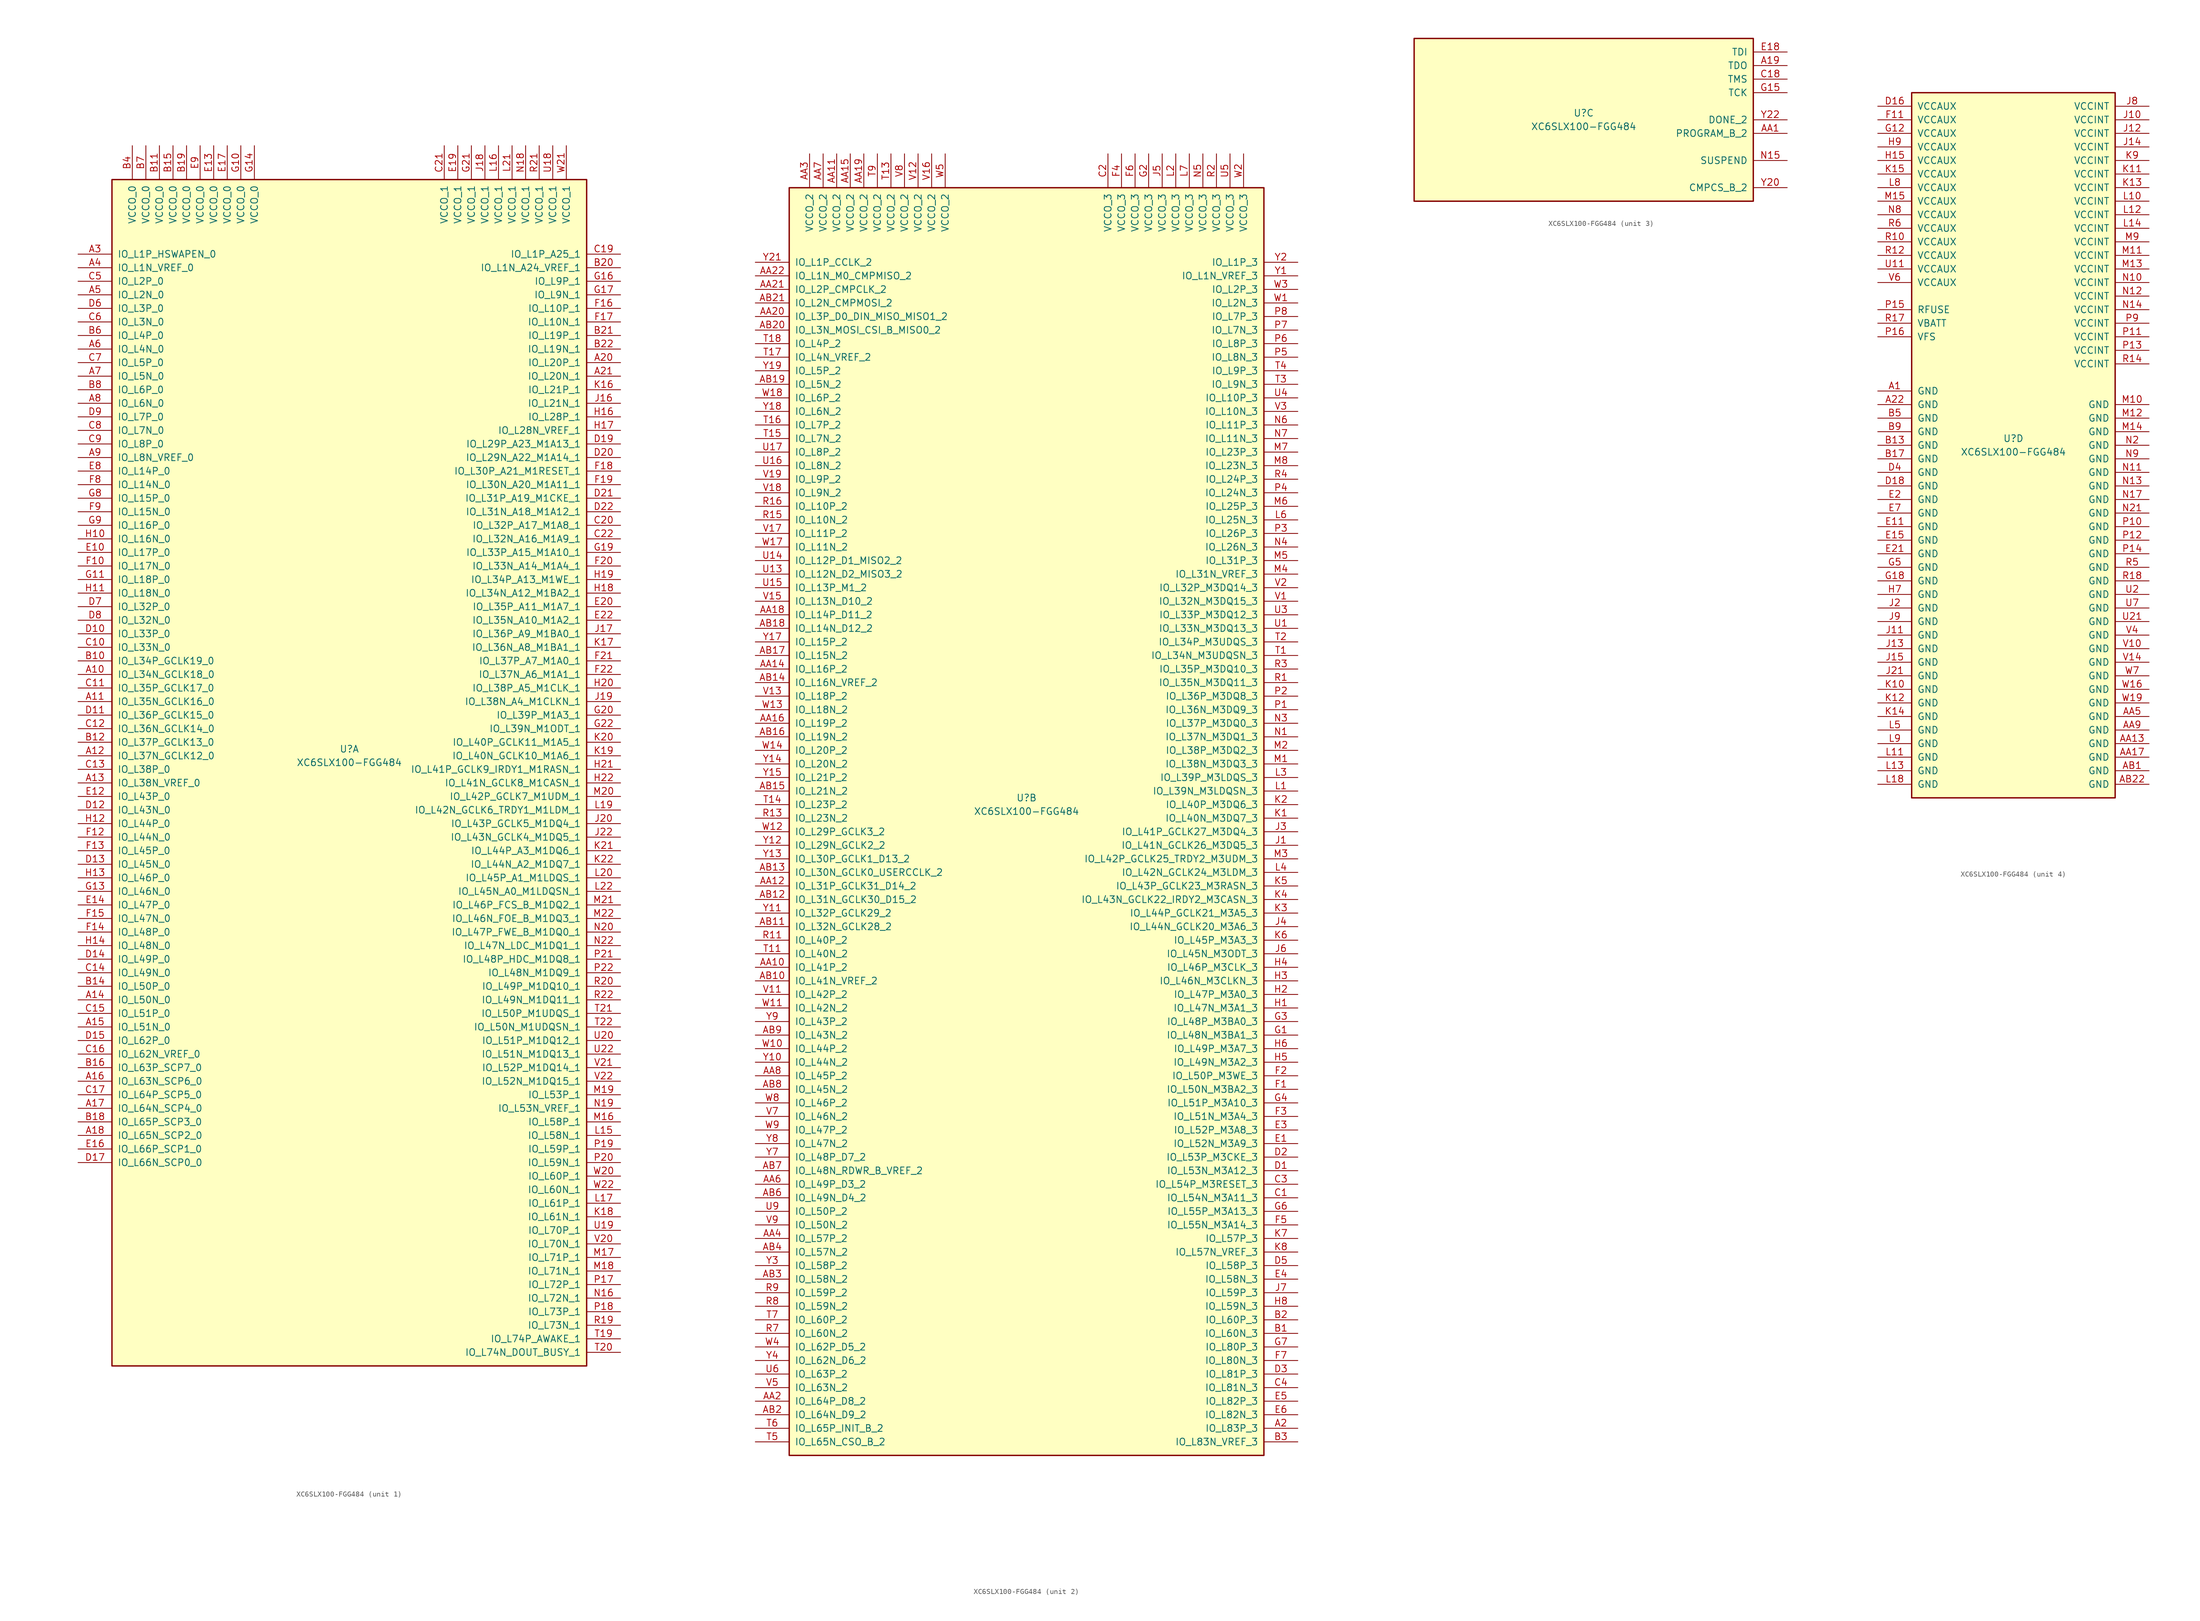
<source format=kicad_sym>
(kicad_symbol_lib
  (version 20211014)
  (generator kicad_symbol_editor)
  (symbol "XC6SLX100-FGG484"
    (pin_names
      (offset 1.016))
    (property "Reference" "U"
      (at 0 1.27 0)
      (effects (font (size 1.27 1.27))))
    (property "Value" "XC6SLX100-FGG484"
      (at 0 -1.27 0)
      (effects (font (size 1.27 1.27))))
    (property "Datasheet" ""
      (at 0 0 0)
      (effects (font (size 1.27 1.27))))
    (property "ki_locked" ""
      (at 0 0 0)
      (effects (font (size 1.27 1.27))))
    (symbol "XC6SLX100-FGG484_1_1"
      (rectangle (start -44.45 107.95) (end 44.45 -114.3) (stroke (width 0.254) (type default) (color 0 0 0 0)) (fill (type background)))
      (pin bidirectional line (at -50.8 15.24 0) (length 6.35) (name "IO_L34N_GCLK18_0" (effects (font (size 1.27 1.27)))) (number "A10" (effects (font (size 1.27 1.27)))))
      (pin bidirectional line (at -50.8 10.16 0) (length 6.35) (name "IO_L35N_GCLK16_0" (effects (font (size 1.27 1.27)))) (number "A11" (effects (font (size 1.27 1.27)))))
      (pin bidirectional line (at -50.8 0 0) (length 6.35) (name "IO_L37N_GCLK12_0" (effects (font (size 1.27 1.27)))) (number "A12" (effects (font (size 1.27 1.27)))))
      (pin bidirectional line (at -50.8 -5.08 0) (length 6.35) (name "IO_L38N_VREF_0" (effects (font (size 1.27 1.27)))) (number "A13" (effects (font (size 1.27 1.27)))))
      (pin bidirectional line (at -50.8 -45.72 0) (length 6.35) (name "IO_L50N_0" (effects (font (size 1.27 1.27)))) (number "A14" (effects (font (size 1.27 1.27)))))
      (pin bidirectional line (at -50.8 -50.8 0) (length 6.35) (name "IO_L51N_0" (effects (font (size 1.27 1.27)))) (number "A15" (effects (font (size 1.27 1.27)))))
      (pin bidirectional line (at -50.8 -60.96 0) (length 6.35) (name "IO_L63N_SCP6_0" (effects (font (size 1.27 1.27)))) (number "A16" (effects (font (size 1.27 1.27)))))
      (pin bidirectional line (at -50.8 -66.04 0) (length 6.35) (name "IO_L64N_SCP4_0" (effects (font (size 1.27 1.27)))) (number "A17" (effects (font (size 1.27 1.27)))))
      (pin bidirectional line (at -50.8 -71.12 0) (length 6.35) (name "IO_L65N_SCP2_0" (effects (font (size 1.27 1.27)))) (number "A18" (effects (font (size 1.27 1.27)))))
      (pin bidirectional line (at 50.8 73.66 180) (length 6.35) (name "IO_L20P_1" (effects (font (size 1.27 1.27)))) (number "A20" (effects (font (size 1.27 1.27)))))
      (pin bidirectional line (at 50.8 71.12 180) (length 6.35) (name "IO_L20N_1" (effects (font (size 1.27 1.27)))) (number "A21" (effects (font (size 1.27 1.27)))))
      (pin bidirectional line (at -50.8 93.98 0) (length 6.35) (name "IO_L1P_HSWAPEN_0" (effects (font (size 1.27 1.27)))) (number "A3" (effects (font (size 1.27 1.27)))))
      (pin bidirectional line (at -50.8 91.44 0) (length 6.35) (name "IO_L1N_VREF_0" (effects (font (size 1.27 1.27)))) (number "A4" (effects (font (size 1.27 1.27)))))
      (pin bidirectional line (at -50.8 86.36 0) (length 6.35) (name "IO_L2N_0" (effects (font (size 1.27 1.27)))) (number "A5" (effects (font (size 1.27 1.27)))))
      (pin bidirectional line (at -50.8 76.2 0) (length 6.35) (name "IO_L4N_0" (effects (font (size 1.27 1.27)))) (number "A6" (effects (font (size 1.27 1.27)))))
      (pin bidirectional line (at -50.8 71.12 0) (length 6.35) (name "IO_L5N_0" (effects (font (size 1.27 1.27)))) (number "A7" (effects (font (size 1.27 1.27)))))
      (pin bidirectional line (at -50.8 66.04 0) (length 6.35) (name "IO_L6N_0" (effects (font (size 1.27 1.27)))) (number "A8" (effects (font (size 1.27 1.27)))))
      (pin bidirectional line (at -50.8 55.88 0) (length 6.35) (name "IO_L8N_VREF_0" (effects (font (size 1.27 1.27)))) (number "A9" (effects (font (size 1.27 1.27)))))
      (pin bidirectional line (at -50.8 17.78 0) (length 6.35) (name "IO_L34P_GCLK19_0" (effects (font (size 1.27 1.27)))) (number "B10" (effects (font (size 1.27 1.27)))))
      (pin power_in line (at -35.56 114.3 270) (length 6.35) (name "VCCO_0" (effects (font (size 1.27 1.27)))) (number "B11" (effects (font (size 1.27 1.27)))))
      (pin bidirectional line (at -50.8 2.54 0) (length 6.35) (name "IO_L37P_GCLK13_0" (effects (font (size 1.27 1.27)))) (number "B12" (effects (font (size 1.27 1.27)))))
      (pin bidirectional line (at -50.8 -43.18 0) (length 6.35) (name "IO_L50P_0" (effects (font (size 1.27 1.27)))) (number "B14" (effects (font (size 1.27 1.27)))))
      (pin power_in line (at -33.02 114.3 270) (length 6.35) (name "VCCO_0" (effects (font (size 1.27 1.27)))) (number "B15" (effects (font (size 1.27 1.27)))))
      (pin bidirectional line (at -50.8 -58.42 0) (length 6.35) (name "IO_L63P_SCP7_0" (effects (font (size 1.27 1.27)))) (number "B16" (effects (font (size 1.27 1.27)))))
      (pin bidirectional line (at -50.8 -68.58 0) (length 6.35) (name "IO_L65P_SCP3_0" (effects (font (size 1.27 1.27)))) (number "B18" (effects (font (size 1.27 1.27)))))
      (pin power_in line (at -30.48 114.3 270) (length 6.35) (name "VCCO_0" (effects (font (size 1.27 1.27)))) (number "B19" (effects (font (size 1.27 1.27)))))
      (pin bidirectional line (at 50.8 91.44 180) (length 6.35) (name "IO_L1N_A24_VREF_1" (effects (font (size 1.27 1.27)))) (number "B20" (effects (font (size 1.27 1.27)))))
      (pin bidirectional line (at 50.8 78.74 180) (length 6.35) (name "IO_L19P_1" (effects (font (size 1.27 1.27)))) (number "B21" (effects (font (size 1.27 1.27)))))
      (pin bidirectional line (at 50.8 76.2 180) (length 6.35) (name "IO_L19N_1" (effects (font (size 1.27 1.27)))) (number "B22" (effects (font (size 1.27 1.27)))))
      (pin power_in line (at -40.64 114.3 270) (length 6.35) (name "VCCO_0" (effects (font (size 1.27 1.27)))) (number "B4" (effects (font (size 1.27 1.27)))))
      (pin bidirectional line (at -50.8 78.74 0) (length 6.35) (name "IO_L4P_0" (effects (font (size 1.27 1.27)))) (number "B6" (effects (font (size 1.27 1.27)))))
      (pin power_in line (at -38.1 114.3 270) (length 6.35) (name "VCCO_0" (effects (font (size 1.27 1.27)))) (number "B7" (effects (font (size 1.27 1.27)))))
      (pin bidirectional line (at -50.8 68.58 0) (length 6.35) (name "IO_L6P_0" (effects (font (size 1.27 1.27)))) (number "B8" (effects (font (size 1.27 1.27)))))
      (pin bidirectional line (at -50.8 20.32 0) (length 6.35) (name "IO_L33N_0" (effects (font (size 1.27 1.27)))) (number "C10" (effects (font (size 1.27 1.27)))))
      (pin bidirectional line (at -50.8 12.7 0) (length 6.35) (name "IO_L35P_GCLK17_0" (effects (font (size 1.27 1.27)))) (number "C11" (effects (font (size 1.27 1.27)))))
      (pin bidirectional line (at -50.8 5.08 0) (length 6.35) (name "IO_L36N_GCLK14_0" (effects (font (size 1.27 1.27)))) (number "C12" (effects (font (size 1.27 1.27)))))
      (pin bidirectional line (at -50.8 -2.54 0) (length 6.35) (name "IO_L38P_0" (effects (font (size 1.27 1.27)))) (number "C13" (effects (font (size 1.27 1.27)))))
      (pin bidirectional line (at -50.8 -40.64 0) (length 6.35) (name "IO_L49N_0" (effects (font (size 1.27 1.27)))) (number "C14" (effects (font (size 1.27 1.27)))))
      (pin bidirectional line (at -50.8 -48.26 0) (length 6.35) (name "IO_L51P_0" (effects (font (size 1.27 1.27)))) (number "C15" (effects (font (size 1.27 1.27)))))
      (pin bidirectional line (at -50.8 -55.88 0) (length 6.35) (name "IO_L62N_VREF_0" (effects (font (size 1.27 1.27)))) (number "C16" (effects (font (size 1.27 1.27)))))
      (pin bidirectional line (at -50.8 -63.5 0) (length 6.35) (name "IO_L64P_SCP5_0" (effects (font (size 1.27 1.27)))) (number "C17" (effects (font (size 1.27 1.27)))))
      (pin bidirectional line (at 50.8 93.98 180) (length 6.35) (name "IO_L1P_A25_1" (effects (font (size 1.27 1.27)))) (number "C19" (effects (font (size 1.27 1.27)))))
      (pin bidirectional line (at 50.8 43.18 180) (length 6.35) (name "IO_L32P_A17_M1A8_1" (effects (font (size 1.27 1.27)))) (number "C20" (effects (font (size 1.27 1.27)))))
      (pin power_in line (at 17.78 114.3 270) (length 6.35) (name "VCCO_1" (effects (font (size 1.27 1.27)))) (number "C21" (effects (font (size 1.27 1.27)))))
      (pin bidirectional line (at 50.8 40.64 180) (length 6.35) (name "IO_L32N_A16_M1A9_1" (effects (font (size 1.27 1.27)))) (number "C22" (effects (font (size 1.27 1.27)))))
      (pin bidirectional line (at -50.8 88.9 0) (length 6.35) (name "IO_L2P_0" (effects (font (size 1.27 1.27)))) (number "C5" (effects (font (size 1.27 1.27)))))
      (pin bidirectional line (at -50.8 81.28 0) (length 6.35) (name "IO_L3N_0" (effects (font (size 1.27 1.27)))) (number "C6" (effects (font (size 1.27 1.27)))))
      (pin bidirectional line (at -50.8 73.66 0) (length 6.35) (name "IO_L5P_0" (effects (font (size 1.27 1.27)))) (number "C7" (effects (font (size 1.27 1.27)))))
      (pin bidirectional line (at -50.8 60.96 0) (length 6.35) (name "IO_L7N_0" (effects (font (size 1.27 1.27)))) (number "C8" (effects (font (size 1.27 1.27)))))
      (pin bidirectional line (at -50.8 58.42 0) (length 6.35) (name "IO_L8P_0" (effects (font (size 1.27 1.27)))) (number "C9" (effects (font (size 1.27 1.27)))))
      (pin bidirectional line (at -50.8 22.86 0) (length 6.35) (name "IO_L33P_0" (effects (font (size 1.27 1.27)))) (number "D10" (effects (font (size 1.27 1.27)))))
      (pin bidirectional line (at -50.8 7.62 0) (length 6.35) (name "IO_L36P_GCLK15_0" (effects (font (size 1.27 1.27)))) (number "D11" (effects (font (size 1.27 1.27)))))
      (pin bidirectional line (at -50.8 -10.16 0) (length 6.35) (name "IO_L43N_0" (effects (font (size 1.27 1.27)))) (number "D12" (effects (font (size 1.27 1.27)))))
      (pin bidirectional line (at -50.8 -20.32 0) (length 6.35) (name "IO_L45N_0" (effects (font (size 1.27 1.27)))) (number "D13" (effects (font (size 1.27 1.27)))))
      (pin bidirectional line (at -50.8 -38.1 0) (length 6.35) (name "IO_L49P_0" (effects (font (size 1.27 1.27)))) (number "D14" (effects (font (size 1.27 1.27)))))
      (pin bidirectional line (at -50.8 -53.34 0) (length 6.35) (name "IO_L62P_0" (effects (font (size 1.27 1.27)))) (number "D15" (effects (font (size 1.27 1.27)))))
      (pin bidirectional line (at -50.8 -76.2 0) (length 6.35) (name "IO_L66N_SCP0_0" (effects (font (size 1.27 1.27)))) (number "D17" (effects (font (size 1.27 1.27)))))
      (pin bidirectional line (at 50.8 58.42 180) (length 6.35) (name "IO_L29P_A23_M1A13_1" (effects (font (size 1.27 1.27)))) (number "D19" (effects (font (size 1.27 1.27)))))
      (pin bidirectional line (at 50.8 55.88 180) (length 6.35) (name "IO_L29N_A22_M1A14_1" (effects (font (size 1.27 1.27)))) (number "D20" (effects (font (size 1.27 1.27)))))
      (pin bidirectional line (at 50.8 48.26 180) (length 6.35) (name "IO_L31P_A19_M1CKE_1" (effects (font (size 1.27 1.27)))) (number "D21" (effects (font (size 1.27 1.27)))))
      (pin bidirectional line (at 50.8 45.72 180) (length 6.35) (name "IO_L31N_A18_M1A12_1" (effects (font (size 1.27 1.27)))) (number "D22" (effects (font (size 1.27 1.27)))))
      (pin bidirectional line (at -50.8 83.82 0) (length 6.35) (name "IO_L3P_0" (effects (font (size 1.27 1.27)))) (number "D6" (effects (font (size 1.27 1.27)))))
      (pin bidirectional line (at -50.8 27.94 0) (length 6.35) (name "IO_L32P_0" (effects (font (size 1.27 1.27)))) (number "D7" (effects (font (size 1.27 1.27)))))
      (pin bidirectional line (at -50.8 25.4 0) (length 6.35) (name "IO_L32N_0" (effects (font (size 1.27 1.27)))) (number "D8" (effects (font (size 1.27 1.27)))))
      (pin bidirectional line (at -50.8 63.5 0) (length 6.35) (name "IO_L7P_0" (effects (font (size 1.27 1.27)))) (number "D9" (effects (font (size 1.27 1.27)))))
      (pin bidirectional line (at -50.8 38.1 0) (length 6.35) (name "IO_L17P_0" (effects (font (size 1.27 1.27)))) (number "E10" (effects (font (size 1.27 1.27)))))
      (pin bidirectional line (at -50.8 -7.62 0) (length 6.35) (name "IO_L43P_0" (effects (font (size 1.27 1.27)))) (number "E12" (effects (font (size 1.27 1.27)))))
      (pin power_in line (at -25.4 114.3 270) (length 6.35) (name "VCCO_0" (effects (font (size 1.27 1.27)))) (number "E13" (effects (font (size 1.27 1.27)))))
      (pin bidirectional line (at -50.8 -27.94 0) (length 6.35) (name "IO_L47P_0" (effects (font (size 1.27 1.27)))) (number "E14" (effects (font (size 1.27 1.27)))))
      (pin bidirectional line (at -50.8 -73.66 0) (length 6.35) (name "IO_L66P_SCP1_0" (effects (font (size 1.27 1.27)))) (number "E16" (effects (font (size 1.27 1.27)))))
      (pin power_in line (at -22.86 114.3 270) (length 6.35) (name "VCCO_0" (effects (font (size 1.27 1.27)))) (number "E17" (effects (font (size 1.27 1.27)))))
      (pin power_in line (at 20.32 114.3 270) (length 6.35) (name "VCCO_1" (effects (font (size 1.27 1.27)))) (number "E19" (effects (font (size 1.27 1.27)))))
      (pin bidirectional line (at 50.8 27.94 180) (length 6.35) (name "IO_L35P_A11_M1A7_1" (effects (font (size 1.27 1.27)))) (number "E20" (effects (font (size 1.27 1.27)))))
      (pin bidirectional line (at 50.8 25.4 180) (length 6.35) (name "IO_L35N_A10_M1A2_1" (effects (font (size 1.27 1.27)))) (number "E22" (effects (font (size 1.27 1.27)))))
      (pin bidirectional line (at -50.8 53.34 0) (length 6.35) (name "IO_L14P_0" (effects (font (size 1.27 1.27)))) (number "E8" (effects (font (size 1.27 1.27)))))
      (pin power_in line (at -27.94 114.3 270) (length 6.35) (name "VCCO_0" (effects (font (size 1.27 1.27)))) (number "E9" (effects (font (size 1.27 1.27)))))
      (pin bidirectional line (at -50.8 35.56 0) (length 6.35) (name "IO_L17N_0" (effects (font (size 1.27 1.27)))) (number "F10" (effects (font (size 1.27 1.27)))))
      (pin bidirectional line (at -50.8 -15.24 0) (length 6.35) (name "IO_L44N_0" (effects (font (size 1.27 1.27)))) (number "F12" (effects (font (size 1.27 1.27)))))
      (pin bidirectional line (at -50.8 -17.78 0) (length 6.35) (name "IO_L45P_0" (effects (font (size 1.27 1.27)))) (number "F13" (effects (font (size 1.27 1.27)))))
      (pin bidirectional line (at -50.8 -33.02 0) (length 6.35) (name "IO_L48P_0" (effects (font (size 1.27 1.27)))) (number "F14" (effects (font (size 1.27 1.27)))))
      (pin bidirectional line (at -50.8 -30.48 0) (length 6.35) (name "IO_L47N_0" (effects (font (size 1.27 1.27)))) (number "F15" (effects (font (size 1.27 1.27)))))
      (pin bidirectional line (at 50.8 83.82 180) (length 6.35) (name "IO_L10P_1" (effects (font (size 1.27 1.27)))) (number "F16" (effects (font (size 1.27 1.27)))))
      (pin bidirectional line (at 50.8 81.28 180) (length 6.35) (name "IO_L10N_1" (effects (font (size 1.27 1.27)))) (number "F17" (effects (font (size 1.27 1.27)))))
      (pin bidirectional line (at 50.8 53.34 180) (length 6.35) (name "IO_L30P_A21_M1RESET_1" (effects (font (size 1.27 1.27)))) (number "F18" (effects (font (size 1.27 1.27)))))
      (pin bidirectional line (at 50.8 50.8 180) (length 6.35) (name "IO_L30N_A20_M1A11_1" (effects (font (size 1.27 1.27)))) (number "F19" (effects (font (size 1.27 1.27)))))
      (pin bidirectional line (at 50.8 35.56 180) (length 6.35) (name "IO_L33N_A14_M1A4_1" (effects (font (size 1.27 1.27)))) (number "F20" (effects (font (size 1.27 1.27)))))
      (pin bidirectional line (at 50.8 17.78 180) (length 6.35) (name "IO_L37P_A7_M1A0_1" (effects (font (size 1.27 1.27)))) (number "F21" (effects (font (size 1.27 1.27)))))
      (pin bidirectional line (at 50.8 15.24 180) (length 6.35) (name "IO_L37N_A6_M1A1_1" (effects (font (size 1.27 1.27)))) (number "F22" (effects (font (size 1.27 1.27)))))
      (pin bidirectional line (at -50.8 50.8 0) (length 6.35) (name "IO_L14N_0" (effects (font (size 1.27 1.27)))) (number "F8" (effects (font (size 1.27 1.27)))))
      (pin bidirectional line (at -50.8 45.72 0) (length 6.35) (name "IO_L15N_0" (effects (font (size 1.27 1.27)))) (number "F9" (effects (font (size 1.27 1.27)))))
      (pin power_in line (at -20.32 114.3 270) (length 6.35) (name "VCCO_0" (effects (font (size 1.27 1.27)))) (number "G10" (effects (font (size 1.27 1.27)))))
      (pin bidirectional line (at -50.8 33.02 0) (length 6.35) (name "IO_L18P_0" (effects (font (size 1.27 1.27)))) (number "G11" (effects (font (size 1.27 1.27)))))
      (pin bidirectional line (at -50.8 -25.4 0) (length 6.35) (name "IO_L46N_0" (effects (font (size 1.27 1.27)))) (number "G13" (effects (font (size 1.27 1.27)))))
      (pin power_in line (at -17.78 114.3 270) (length 6.35) (name "VCCO_0" (effects (font (size 1.27 1.27)))) (number "G14" (effects (font (size 1.27 1.27)))))
      (pin bidirectional line (at 50.8 88.9 180) (length 6.35) (name "IO_L9P_1" (effects (font (size 1.27 1.27)))) (number "G16" (effects (font (size 1.27 1.27)))))
      (pin bidirectional line (at 50.8 86.36 180) (length 6.35) (name "IO_L9N_1" (effects (font (size 1.27 1.27)))) (number "G17" (effects (font (size 1.27 1.27)))))
      (pin bidirectional line (at 50.8 38.1 180) (length 6.35) (name "IO_L33P_A15_M1A10_1" (effects (font (size 1.27 1.27)))) (number "G19" (effects (font (size 1.27 1.27)))))
      (pin bidirectional line (at 50.8 7.62 180) (length 6.35) (name "IO_L39P_M1A3_1" (effects (font (size 1.27 1.27)))) (number "G20" (effects (font (size 1.27 1.27)))))
      (pin power_in line (at 22.86 114.3 270) (length 6.35) (name "VCCO_1" (effects (font (size 1.27 1.27)))) (number "G21" (effects (font (size 1.27 1.27)))))
      (pin bidirectional line (at 50.8 5.08 180) (length 6.35) (name "IO_L39N_M1ODT_1" (effects (font (size 1.27 1.27)))) (number "G22" (effects (font (size 1.27 1.27)))))
      (pin bidirectional line (at -50.8 48.26 0) (length 6.35) (name "IO_L15P_0" (effects (font (size 1.27 1.27)))) (number "G8" (effects (font (size 1.27 1.27)))))
      (pin bidirectional line (at -50.8 43.18 0) (length 6.35) (name "IO_L16P_0" (effects (font (size 1.27 1.27)))) (number "G9" (effects (font (size 1.27 1.27)))))
      (pin bidirectional line (at -50.8 40.64 0) (length 6.35) (name "IO_L16N_0" (effects (font (size 1.27 1.27)))) (number "H10" (effects (font (size 1.27 1.27)))))
      (pin bidirectional line (at -50.8 30.48 0) (length 6.35) (name "IO_L18N_0" (effects (font (size 1.27 1.27)))) (number "H11" (effects (font (size 1.27 1.27)))))
      (pin bidirectional line (at -50.8 -12.7 0) (length 6.35) (name "IO_L44P_0" (effects (font (size 1.27 1.27)))) (number "H12" (effects (font (size 1.27 1.27)))))
      (pin bidirectional line (at -50.8 -22.86 0) (length 6.35) (name "IO_L46P_0" (effects (font (size 1.27 1.27)))) (number "H13" (effects (font (size 1.27 1.27)))))
      (pin bidirectional line (at -50.8 -35.56 0) (length 6.35) (name "IO_L48N_0" (effects (font (size 1.27 1.27)))) (number "H14" (effects (font (size 1.27 1.27)))))
      (pin bidirectional line (at 50.8 63.5 180) (length 6.35) (name "IO_L28P_1" (effects (font (size 1.27 1.27)))) (number "H16" (effects (font (size 1.27 1.27)))))
      (pin bidirectional line (at 50.8 60.96 180) (length 6.35) (name "IO_L28N_VREF_1" (effects (font (size 1.27 1.27)))) (number "H17" (effects (font (size 1.27 1.27)))))
      (pin bidirectional line (at 50.8 30.48 180) (length 6.35) (name "IO_L34N_A12_M1BA2_1" (effects (font (size 1.27 1.27)))) (number "H18" (effects (font (size 1.27 1.27)))))
      (pin bidirectional line (at 50.8 33.02 180) (length 6.35) (name "IO_L34P_A13_M1WE_1" (effects (font (size 1.27 1.27)))) (number "H19" (effects (font (size 1.27 1.27)))))
      (pin bidirectional line (at 50.8 12.7 180) (length 6.35) (name "IO_L38P_A5_M1CLK_1" (effects (font (size 1.27 1.27)))) (number "H20" (effects (font (size 1.27 1.27)))))
      (pin bidirectional line (at 50.8 -2.54 180) (length 6.35) (name "IO_L41P_GCLK9_IRDY1_M1RASN_1" (effects (font (size 1.27 1.27)))) (number "H21" (effects (font (size 1.27 1.27)))))
      (pin bidirectional line (at 50.8 -5.08 180) (length 6.35) (name "IO_L41N_GCLK8_M1CASN_1" (effects (font (size 1.27 1.27)))) (number "H22" (effects (font (size 1.27 1.27)))))
      (pin bidirectional line (at 50.8 66.04 180) (length 6.35) (name "IO_L21N_1" (effects (font (size 1.27 1.27)))) (number "J16" (effects (font (size 1.27 1.27)))))
      (pin bidirectional line (at 50.8 22.86 180) (length 6.35) (name "IO_L36P_A9_M1BA0_1" (effects (font (size 1.27 1.27)))) (number "J17" (effects (font (size 1.27 1.27)))))
      (pin power_in line (at 25.4 114.3 270) (length 6.35) (name "VCCO_1" (effects (font (size 1.27 1.27)))) (number "J18" (effects (font (size 1.27 1.27)))))
      (pin bidirectional line (at 50.8 10.16 180) (length 6.35) (name "IO_L38N_A4_M1CLKN_1" (effects (font (size 1.27 1.27)))) (number "J19" (effects (font (size 1.27 1.27)))))
      (pin bidirectional line (at 50.8 -12.7 180) (length 6.35) (name "IO_L43P_GCLK5_M1DQ4_1" (effects (font (size 1.27 1.27)))) (number "J20" (effects (font (size 1.27 1.27)))))
      (pin bidirectional line (at 50.8 -15.24 180) (length 6.35) (name "IO_L43N_GCLK4_M1DQ5_1" (effects (font (size 1.27 1.27)))) (number "J22" (effects (font (size 1.27 1.27)))))
      (pin bidirectional line (at 50.8 68.58 180) (length 6.35) (name "IO_L21P_1" (effects (font (size 1.27 1.27)))) (number "K16" (effects (font (size 1.27 1.27)))))
      (pin bidirectional line (at 50.8 20.32 180) (length 6.35) (name "IO_L36N_A8_M1BA1_1" (effects (font (size 1.27 1.27)))) (number "K17" (effects (font (size 1.27 1.27)))))
      (pin bidirectional line (at 50.8 -86.36 180) (length 6.35) (name "IO_L61N_1" (effects (font (size 1.27 1.27)))) (number "K18" (effects (font (size 1.27 1.27)))))
      (pin bidirectional line (at 50.8 0 180) (length 6.35) (name "IO_L40N_GCLK10_M1A6_1" (effects (font (size 1.27 1.27)))) (number "K19" (effects (font (size 1.27 1.27)))))
      (pin bidirectional line (at 50.8 2.54 180) (length 6.35) (name "IO_L40P_GCLK11_M1A5_1" (effects (font (size 1.27 1.27)))) (number "K20" (effects (font (size 1.27 1.27)))))
      (pin bidirectional line (at 50.8 -17.78 180) (length 6.35) (name "IO_L44P_A3_M1DQ6_1" (effects (font (size 1.27 1.27)))) (number "K21" (effects (font (size 1.27 1.27)))))
      (pin bidirectional line (at 50.8 -20.32 180) (length 6.35) (name "IO_L44N_A2_M1DQ7_1" (effects (font (size 1.27 1.27)))) (number "K22" (effects (font (size 1.27 1.27)))))
      (pin bidirectional line (at 50.8 -71.12 180) (length 6.35) (name "IO_L58N_1" (effects (font (size 1.27 1.27)))) (number "L15" (effects (font (size 1.27 1.27)))))
      (pin power_in line (at 27.94 114.3 270) (length 6.35) (name "VCCO_1" (effects (font (size 1.27 1.27)))) (number "L16" (effects (font (size 1.27 1.27)))))
      (pin bidirectional line (at 50.8 -83.82 180) (length 6.35) (name "IO_L61P_1" (effects (font (size 1.27 1.27)))) (number "L17" (effects (font (size 1.27 1.27)))))
      (pin bidirectional line (at 50.8 -10.16 180) (length 6.35) (name "IO_L42N_GCLK6_TRDY1_M1LDM_1" (effects (font (size 1.27 1.27)))) (number "L19" (effects (font (size 1.27 1.27)))))
      (pin bidirectional line (at 50.8 -22.86 180) (length 6.35) (name "IO_L45P_A1_M1LDQS_1" (effects (font (size 1.27 1.27)))) (number "L20" (effects (font (size 1.27 1.27)))))
      (pin power_in line (at 30.48 114.3 270) (length 6.35) (name "VCCO_1" (effects (font (size 1.27 1.27)))) (number "L21" (effects (font (size 1.27 1.27)))))
      (pin bidirectional line (at 50.8 -25.4 180) (length 6.35) (name "IO_L45N_A0_M1LDQSN_1" (effects (font (size 1.27 1.27)))) (number "L22" (effects (font (size 1.27 1.27)))))
      (pin bidirectional line (at 50.8 -68.58 180) (length 6.35) (name "IO_L58P_1" (effects (font (size 1.27 1.27)))) (number "M16" (effects (font (size 1.27 1.27)))))
      (pin bidirectional line (at 50.8 -93.98 180) (length 6.35) (name "IO_L71P_1" (effects (font (size 1.27 1.27)))) (number "M17" (effects (font (size 1.27 1.27)))))
      (pin bidirectional line (at 50.8 -96.52 180) (length 6.35) (name "IO_L71N_1" (effects (font (size 1.27 1.27)))) (number "M18" (effects (font (size 1.27 1.27)))))
      (pin bidirectional line (at 50.8 -63.5 180) (length 6.35) (name "IO_L53P_1" (effects (font (size 1.27 1.27)))) (number "M19" (effects (font (size 1.27 1.27)))))
      (pin bidirectional line (at 50.8 -7.62 180) (length 6.35) (name "IO_L42P_GCLK7_M1UDM_1" (effects (font (size 1.27 1.27)))) (number "M20" (effects (font (size 1.27 1.27)))))
      (pin bidirectional line (at 50.8 -27.94 180) (length 6.35) (name "IO_L46P_FCS_B_M1DQ2_1" (effects (font (size 1.27 1.27)))) (number "M21" (effects (font (size 1.27 1.27)))))
      (pin bidirectional line (at 50.8 -30.48 180) (length 6.35) (name "IO_L46N_FOE_B_M1DQ3_1" (effects (font (size 1.27 1.27)))) (number "M22" (effects (font (size 1.27 1.27)))))
      (pin bidirectional line (at 50.8 -101.6 180) (length 6.35) (name "IO_L72N_1" (effects (font (size 1.27 1.27)))) (number "N16" (effects (font (size 1.27 1.27)))))
      (pin power_in line (at 33.02 114.3 270) (length 6.35) (name "VCCO_1" (effects (font (size 1.27 1.27)))) (number "N18" (effects (font (size 1.27 1.27)))))
      (pin bidirectional line (at 50.8 -66.04 180) (length 6.35) (name "IO_L53N_VREF_1" (effects (font (size 1.27 1.27)))) (number "N19" (effects (font (size 1.27 1.27)))))
      (pin bidirectional line (at 50.8 -33.02 180) (length 6.35) (name "IO_L47P_FWE_B_M1DQ0_1" (effects (font (size 1.27 1.27)))) (number "N20" (effects (font (size 1.27 1.27)))))
      (pin bidirectional line (at 50.8 -35.56 180) (length 6.35) (name "IO_L47N_LDC_M1DQ1_1" (effects (font (size 1.27 1.27)))) (number "N22" (effects (font (size 1.27 1.27)))))
      (pin bidirectional line (at 50.8 -99.06 180) (length 6.35) (name "IO_L72P_1" (effects (font (size 1.27 1.27)))) (number "P17" (effects (font (size 1.27 1.27)))))
      (pin bidirectional line (at 50.8 -104.14 180) (length 6.35) (name "IO_L73P_1" (effects (font (size 1.27 1.27)))) (number "P18" (effects (font (size 1.27 1.27)))))
      (pin bidirectional line (at 50.8 -73.66 180) (length 6.35) (name "IO_L59P_1" (effects (font (size 1.27 1.27)))) (number "P19" (effects (font (size 1.27 1.27)))))
      (pin bidirectional line (at 50.8 -76.2 180) (length 6.35) (name "IO_L59N_1" (effects (font (size 1.27 1.27)))) (number "P20" (effects (font (size 1.27 1.27)))))
      (pin bidirectional line (at 50.8 -38.1 180) (length 6.35) (name "IO_L48P_HDC_M1DQ8_1" (effects (font (size 1.27 1.27)))) (number "P21" (effects (font (size 1.27 1.27)))))
      (pin bidirectional line (at 50.8 -40.64 180) (length 6.35) (name "IO_L48N_M1DQ9_1" (effects (font (size 1.27 1.27)))) (number "P22" (effects (font (size 1.27 1.27)))))
      (pin bidirectional line (at 50.8 -106.68 180) (length 6.35) (name "IO_L73N_1" (effects (font (size 1.27 1.27)))) (number "R19" (effects (font (size 1.27 1.27)))))
      (pin bidirectional line (at 50.8 -43.18 180) (length 6.35) (name "IO_L49P_M1DQ10_1" (effects (font (size 1.27 1.27)))) (number "R20" (effects (font (size 1.27 1.27)))))
      (pin power_in line (at 35.56 114.3 270) (length 6.35) (name "VCCO_1" (effects (font (size 1.27 1.27)))) (number "R21" (effects (font (size 1.27 1.27)))))
      (pin bidirectional line (at 50.8 -45.72 180) (length 6.35) (name "IO_L49N_M1DQ11_1" (effects (font (size 1.27 1.27)))) (number "R22" (effects (font (size 1.27 1.27)))))
      (pin bidirectional line (at 50.8 -109.22 180) (length 6.35) (name "IO_L74P_AWAKE_1" (effects (font (size 1.27 1.27)))) (number "T19" (effects (font (size 1.27 1.27)))))
      (pin bidirectional line (at 50.8 -111.76 180) (length 6.35) (name "IO_L74N_DOUT_BUSY_1" (effects (font (size 1.27 1.27)))) (number "T20" (effects (font (size 1.27 1.27)))))
      (pin bidirectional line (at 50.8 -48.26 180) (length 6.35) (name "IO_L50P_M1UDQS_1" (effects (font (size 1.27 1.27)))) (number "T21" (effects (font (size 1.27 1.27)))))
      (pin bidirectional line (at 50.8 -50.8 180) (length 6.35) (name "IO_L50N_M1UDQSN_1" (effects (font (size 1.27 1.27)))) (number "T22" (effects (font (size 1.27 1.27)))))
      (pin power_in line (at 38.1 114.3 270) (length 6.35) (name "VCCO_1" (effects (font (size 1.27 1.27)))) (number "U18" (effects (font (size 1.27 1.27)))))
      (pin bidirectional line (at 50.8 -88.9 180) (length 6.35) (name "IO_L70P_1" (effects (font (size 1.27 1.27)))) (number "U19" (effects (font (size 1.27 1.27)))))
      (pin bidirectional line (at 50.8 -53.34 180) (length 6.35) (name "IO_L51P_M1DQ12_1" (effects (font (size 1.27 1.27)))) (number "U20" (effects (font (size 1.27 1.27)))))
      (pin bidirectional line (at 50.8 -55.88 180) (length 6.35) (name "IO_L51N_M1DQ13_1" (effects (font (size 1.27 1.27)))) (number "U22" (effects (font (size 1.27 1.27)))))
      (pin bidirectional line (at 50.8 -91.44 180) (length 6.35) (name "IO_L70N_1" (effects (font (size 1.27 1.27)))) (number "V20" (effects (font (size 1.27 1.27)))))
      (pin bidirectional line (at 50.8 -58.42 180) (length 6.35) (name "IO_L52P_M1DQ14_1" (effects (font (size 1.27 1.27)))) (number "V21" (effects (font (size 1.27 1.27)))))
      (pin bidirectional line (at 50.8 -60.96 180) (length 6.35) (name "IO_L52N_M1DQ15_1" (effects (font (size 1.27 1.27)))) (number "V22" (effects (font (size 1.27 1.27)))))
      (pin bidirectional line (at 50.8 -78.74 180) (length 6.35) (name "IO_L60P_1" (effects (font (size 1.27 1.27)))) (number "W20" (effects (font (size 1.27 1.27)))))
      (pin power_in line (at 40.64 114.3 270) (length 6.35) (name "VCCO_1" (effects (font (size 1.27 1.27)))) (number "W21" (effects (font (size 1.27 1.27)))))
      (pin bidirectional line (at 50.8 -81.28 180) (length 6.35) (name "IO_L60N_1" (effects (font (size 1.27 1.27)))) (number "W22" (effects (font (size 1.27 1.27))))))
    (symbol "XC6SLX100-FGG484_2_1"
      (rectangle (start -44.45 115.57) (end 44.45 -121.92) (stroke (width 0.254) (type default) (color 0 0 0 0)) (fill (type background)))
      (pin bidirectional line (at 50.8 -116.84 180) (length 6.35) (name "IO_L83P_3" (effects (font (size 1.27 1.27)))) (number "A2" (effects (font (size 1.27 1.27)))))
      (pin bidirectional line (at -50.8 -30.48 0) (length 6.35) (name "IO_L41P_2" (effects (font (size 1.27 1.27)))) (number "AA10" (effects (font (size 1.27 1.27)))))
      (pin power_in line (at -35.56 121.92 270) (length 6.35) (name "VCCO_2" (effects (font (size 1.27 1.27)))) (number "AA11" (effects (font (size 1.27 1.27)))))
      (pin bidirectional line (at -50.8 -15.24 0) (length 6.35) (name "IO_L31P_GCLK31_D14_2" (effects (font (size 1.27 1.27)))) (number "AA12" (effects (font (size 1.27 1.27)))))
      (pin bidirectional line (at -50.8 25.4 0) (length 6.35) (name "IO_L16P_2" (effects (font (size 1.27 1.27)))) (number "AA14" (effects (font (size 1.27 1.27)))))
      (pin power_in line (at -33.02 121.92 270) (length 6.35) (name "VCCO_2" (effects (font (size 1.27 1.27)))) (number "AA15" (effects (font (size 1.27 1.27)))))
      (pin bidirectional line (at -50.8 15.24 0) (length 6.35) (name "IO_L19P_2" (effects (font (size 1.27 1.27)))) (number "AA16" (effects (font (size 1.27 1.27)))))
      (pin bidirectional line (at -50.8 35.56 0) (length 6.35) (name "IO_L14P_D11_2" (effects (font (size 1.27 1.27)))) (number "AA18" (effects (font (size 1.27 1.27)))))
      (pin power_in line (at -30.48 121.92 270) (length 6.35) (name "VCCO_2" (effects (font (size 1.27 1.27)))) (number "AA19" (effects (font (size 1.27 1.27)))))
      (pin bidirectional line (at -50.8 -111.76 0) (length 6.35) (name "IO_L64P_D8_2" (effects (font (size 1.27 1.27)))) (number "AA2" (effects (font (size 1.27 1.27)))))
      (pin bidirectional line (at -50.8 91.44 0) (length 6.35) (name "IO_L3P_D0_DIN_MISO_MISO1_2" (effects (font (size 1.27 1.27)))) (number "AA20" (effects (font (size 1.27 1.27)))))
      (pin bidirectional line (at -50.8 96.52 0) (length 6.35) (name "IO_L2P_CMPCLK_2" (effects (font (size 1.27 1.27)))) (number "AA21" (effects (font (size 1.27 1.27)))))
      (pin bidirectional line (at -50.8 99.06 0) (length 6.35) (name "IO_L1N_M0_CMPMISO_2" (effects (font (size 1.27 1.27)))) (number "AA22" (effects (font (size 1.27 1.27)))))
      (pin power_in line (at -40.64 121.92 270) (length 6.35) (name "VCCO_2" (effects (font (size 1.27 1.27)))) (number "AA3" (effects (font (size 1.27 1.27)))))
      (pin bidirectional line (at -50.8 -81.28 0) (length 6.35) (name "IO_L57P_2" (effects (font (size 1.27 1.27)))) (number "AA4" (effects (font (size 1.27 1.27)))))
      (pin bidirectional line (at -50.8 -71.12 0) (length 6.35) (name "IO_L49P_D3_2" (effects (font (size 1.27 1.27)))) (number "AA6" (effects (font (size 1.27 1.27)))))
      (pin power_in line (at -38.1 121.92 270) (length 6.35) (name "VCCO_2" (effects (font (size 1.27 1.27)))) (number "AA7" (effects (font (size 1.27 1.27)))))
      (pin bidirectional line (at -50.8 -50.8 0) (length 6.35) (name "IO_L45P_2" (effects (font (size 1.27 1.27)))) (number "AA8" (effects (font (size 1.27 1.27)))))
      (pin bidirectional line (at -50.8 -33.02 0) (length 6.35) (name "IO_L41N_VREF_2" (effects (font (size 1.27 1.27)))) (number "AB10" (effects (font (size 1.27 1.27)))))
      (pin bidirectional line (at -50.8 -22.86 0) (length 6.35) (name "IO_L32N_GCLK28_2" (effects (font (size 1.27 1.27)))) (number "AB11" (effects (font (size 1.27 1.27)))))
      (pin bidirectional line (at -50.8 -17.78 0) (length 6.35) (name "IO_L31N_GCLK30_D15_2" (effects (font (size 1.27 1.27)))) (number "AB12" (effects (font (size 1.27 1.27)))))
      (pin bidirectional line (at -50.8 -12.7 0) (length 6.35) (name "IO_L30N_GCLK0_USERCCLK_2" (effects (font (size 1.27 1.27)))) (number "AB13" (effects (font (size 1.27 1.27)))))
      (pin bidirectional line (at -50.8 22.86 0) (length 6.35) (name "IO_L16N_VREF_2" (effects (font (size 1.27 1.27)))) (number "AB14" (effects (font (size 1.27 1.27)))))
      (pin bidirectional line (at -50.8 2.54 0) (length 6.35) (name "IO_L21N_2" (effects (font (size 1.27 1.27)))) (number "AB15" (effects (font (size 1.27 1.27)))))
      (pin bidirectional line (at -50.8 12.7 0) (length 6.35) (name "IO_L19N_2" (effects (font (size 1.27 1.27)))) (number "AB16" (effects (font (size 1.27 1.27)))))
      (pin bidirectional line (at -50.8 27.94 0) (length 6.35) (name "IO_L15N_2" (effects (font (size 1.27 1.27)))) (number "AB17" (effects (font (size 1.27 1.27)))))
      (pin bidirectional line (at -50.8 33.02 0) (length 6.35) (name "IO_L14N_D12_2" (effects (font (size 1.27 1.27)))) (number "AB18" (effects (font (size 1.27 1.27)))))
      (pin bidirectional line (at -50.8 78.74 0) (length 6.35) (name "IO_L5N_2" (effects (font (size 1.27 1.27)))) (number "AB19" (effects (font (size 1.27 1.27)))))
      (pin bidirectional line (at -50.8 -114.3 0) (length 6.35) (name "IO_L64N_D9_2" (effects (font (size 1.27 1.27)))) (number "AB2" (effects (font (size 1.27 1.27)))))
      (pin bidirectional line (at -50.8 88.9 0) (length 6.35) (name "IO_L3N_MOSI_CSI_B_MISO0_2" (effects (font (size 1.27 1.27)))) (number "AB20" (effects (font (size 1.27 1.27)))))
      (pin bidirectional line (at -50.8 93.98 0) (length 6.35) (name "IO_L2N_CMPMOSI_2" (effects (font (size 1.27 1.27)))) (number "AB21" (effects (font (size 1.27 1.27)))))
      (pin bidirectional line (at -50.8 -88.9 0) (length 6.35) (name "IO_L58N_2" (effects (font (size 1.27 1.27)))) (number "AB3" (effects (font (size 1.27 1.27)))))
      (pin bidirectional line (at -50.8 -83.82 0) (length 6.35) (name "IO_L57N_2" (effects (font (size 1.27 1.27)))) (number "AB4" (effects (font (size 1.27 1.27)))))
      (pin bidirectional line (at -50.8 -73.66 0) (length 6.35) (name "IO_L49N_D4_2" (effects (font (size 1.27 1.27)))) (number "AB6" (effects (font (size 1.27 1.27)))))
      (pin bidirectional line (at -50.8 -68.58 0) (length 6.35) (name "IO_L48N_RDWR_B_VREF_2" (effects (font (size 1.27 1.27)))) (number "AB7" (effects (font (size 1.27 1.27)))))
      (pin bidirectional line (at -50.8 -53.34 0) (length 6.35) (name "IO_L45N_2" (effects (font (size 1.27 1.27)))) (number "AB8" (effects (font (size 1.27 1.27)))))
      (pin bidirectional line (at -50.8 -43.18 0) (length 6.35) (name "IO_L43N_2" (effects (font (size 1.27 1.27)))) (number "AB9" (effects (font (size 1.27 1.27)))))
      (pin bidirectional line (at 50.8 -99.06 180) (length 6.35) (name "IO_L60N_3" (effects (font (size 1.27 1.27)))) (number "B1" (effects (font (size 1.27 1.27)))))
      (pin bidirectional line (at 50.8 -96.52 180) (length 6.35) (name "IO_L60P_3" (effects (font (size 1.27 1.27)))) (number "B2" (effects (font (size 1.27 1.27)))))
      (pin bidirectional line (at 50.8 -119.38 180) (length 6.35) (name "IO_L83N_VREF_3" (effects (font (size 1.27 1.27)))) (number "B3" (effects (font (size 1.27 1.27)))))
      (pin bidirectional line (at 50.8 -73.66 180) (length 6.35) (name "IO_L54N_M3A11_3" (effects (font (size 1.27 1.27)))) (number "C1" (effects (font (size 1.27 1.27)))))
      (pin power_in line (at 15.24 121.92 270) (length 6.35) (name "VCCO_3" (effects (font (size 1.27 1.27)))) (number "C2" (effects (font (size 1.27 1.27)))))
      (pin bidirectional line (at 50.8 -71.12 180) (length 6.35) (name "IO_L54P_M3RESET_3" (effects (font (size 1.27 1.27)))) (number "C3" (effects (font (size 1.27 1.27)))))
      (pin bidirectional line (at 50.8 -109.22 180) (length 6.35) (name "IO_L81N_3" (effects (font (size 1.27 1.27)))) (number "C4" (effects (font (size 1.27 1.27)))))
      (pin bidirectional line (at 50.8 -68.58 180) (length 6.35) (name "IO_L53N_M3A12_3" (effects (font (size 1.27 1.27)))) (number "D1" (effects (font (size 1.27 1.27)))))
      (pin bidirectional line (at 50.8 -66.04 180) (length 6.35) (name "IO_L53P_M3CKE_3" (effects (font (size 1.27 1.27)))) (number "D2" (effects (font (size 1.27 1.27)))))
      (pin bidirectional line (at 50.8 -106.68 180) (length 6.35) (name "IO_L81P_3" (effects (font (size 1.27 1.27)))) (number "D3" (effects (font (size 1.27 1.27)))))
      (pin bidirectional line (at 50.8 -86.36 180) (length 6.35) (name "IO_L58P_3" (effects (font (size 1.27 1.27)))) (number "D5" (effects (font (size 1.27 1.27)))))
      (pin bidirectional line (at 50.8 -63.5 180) (length 6.35) (name "IO_L52N_M3A9_3" (effects (font (size 1.27 1.27)))) (number "E1" (effects (font (size 1.27 1.27)))))
      (pin bidirectional line (at 50.8 -60.96 180) (length 6.35) (name "IO_L52P_M3A8_3" (effects (font (size 1.27 1.27)))) (number "E3" (effects (font (size 1.27 1.27)))))
      (pin bidirectional line (at 50.8 -88.9 180) (length 6.35) (name "IO_L58N_3" (effects (font (size 1.27 1.27)))) (number "E4" (effects (font (size 1.27 1.27)))))
      (pin bidirectional line (at 50.8 -111.76 180) (length 6.35) (name "IO_L82P_3" (effects (font (size 1.27 1.27)))) (number "E5" (effects (font (size 1.27 1.27)))))
      (pin bidirectional line (at 50.8 -114.3 180) (length 6.35) (name "IO_L82N_3" (effects (font (size 1.27 1.27)))) (number "E6" (effects (font (size 1.27 1.27)))))
      (pin bidirectional line (at 50.8 -53.34 180) (length 6.35) (name "IO_L50N_M3BA2_3" (effects (font (size 1.27 1.27)))) (number "F1" (effects (font (size 1.27 1.27)))))
      (pin bidirectional line (at 50.8 -50.8 180) (length 6.35) (name "IO_L50P_M3WE_3" (effects (font (size 1.27 1.27)))) (number "F2" (effects (font (size 1.27 1.27)))))
      (pin bidirectional line (at 50.8 -58.42 180) (length 6.35) (name "IO_L51N_M3A4_3" (effects (font (size 1.27 1.27)))) (number "F3" (effects (font (size 1.27 1.27)))))
      (pin power_in line (at 17.78 121.92 270) (length 6.35) (name "VCCO_3" (effects (font (size 1.27 1.27)))) (number "F4" (effects (font (size 1.27 1.27)))))
      (pin bidirectional line (at 50.8 -78.74 180) (length 6.35) (name "IO_L55N_M3A14_3" (effects (font (size 1.27 1.27)))) (number "F5" (effects (font (size 1.27 1.27)))))
      (pin power_in line (at 20.32 121.92 270) (length 6.35) (name "VCCO_3" (effects (font (size 1.27 1.27)))) (number "F6" (effects (font (size 1.27 1.27)))))
      (pin bidirectional line (at 50.8 -104.14 180) (length 6.35) (name "IO_L80N_3" (effects (font (size 1.27 1.27)))) (number "F7" (effects (font (size 1.27 1.27)))))
      (pin bidirectional line (at 50.8 -43.18 180) (length 6.35) (name "IO_L48N_M3BA1_3" (effects (font (size 1.27 1.27)))) (number "G1" (effects (font (size 1.27 1.27)))))
      (pin power_in line (at 22.86 121.92 270) (length 6.35) (name "VCCO_3" (effects (font (size 1.27 1.27)))) (number "G2" (effects (font (size 1.27 1.27)))))
      (pin bidirectional line (at 50.8 -40.64 180) (length 6.35) (name "IO_L48P_M3BA0_3" (effects (font (size 1.27 1.27)))) (number "G3" (effects (font (size 1.27 1.27)))))
      (pin bidirectional line (at 50.8 -55.88 180) (length 6.35) (name "IO_L51P_M3A10_3" (effects (font (size 1.27 1.27)))) (number "G4" (effects (font (size 1.27 1.27)))))
      (pin bidirectional line (at 50.8 -76.2 180) (length 6.35) (name "IO_L55P_M3A13_3" (effects (font (size 1.27 1.27)))) (number "G6" (effects (font (size 1.27 1.27)))))
      (pin bidirectional line (at 50.8 -101.6 180) (length 6.35) (name "IO_L80P_3" (effects (font (size 1.27 1.27)))) (number "G7" (effects (font (size 1.27 1.27)))))
      (pin bidirectional line (at 50.8 -38.1 180) (length 6.35) (name "IO_L47N_M3A1_3" (effects (font (size 1.27 1.27)))) (number "H1" (effects (font (size 1.27 1.27)))))
      (pin bidirectional line (at 50.8 -35.56 180) (length 6.35) (name "IO_L47P_M3A0_3" (effects (font (size 1.27 1.27)))) (number "H2" (effects (font (size 1.27 1.27)))))
      (pin bidirectional line (at 50.8 -33.02 180) (length 6.35) (name "IO_L46N_M3CLKN_3" (effects (font (size 1.27 1.27)))) (number "H3" (effects (font (size 1.27 1.27)))))
      (pin bidirectional line (at 50.8 -30.48 180) (length 6.35) (name "IO_L46P_M3CLK_3" (effects (font (size 1.27 1.27)))) (number "H4" (effects (font (size 1.27 1.27)))))
      (pin bidirectional line (at 50.8 -48.26 180) (length 6.35) (name "IO_L49N_M3A2_3" (effects (font (size 1.27 1.27)))) (number "H5" (effects (font (size 1.27 1.27)))))
      (pin bidirectional line (at 50.8 -45.72 180) (length 6.35) (name "IO_L49P_M3A7_3" (effects (font (size 1.27 1.27)))) (number "H6" (effects (font (size 1.27 1.27)))))
      (pin bidirectional line (at 50.8 -93.98 180) (length 6.35) (name "IO_L59N_3" (effects (font (size 1.27 1.27)))) (number "H8" (effects (font (size 1.27 1.27)))))
      (pin bidirectional line (at 50.8 -7.62 180) (length 6.35) (name "IO_L41N_GCLK26_M3DQ5_3" (effects (font (size 1.27 1.27)))) (number "J1" (effects (font (size 1.27 1.27)))))
      (pin bidirectional line (at 50.8 -5.08 180) (length 6.35) (name "IO_L41P_GCLK27_M3DQ4_3" (effects (font (size 1.27 1.27)))) (number "J3" (effects (font (size 1.27 1.27)))))
      (pin bidirectional line (at 50.8 -22.86 180) (length 6.35) (name "IO_L44N_GCLK20_M3A6_3" (effects (font (size 1.27 1.27)))) (number "J4" (effects (font (size 1.27 1.27)))))
      (pin power_in line (at 25.4 121.92 270) (length 6.35) (name "VCCO_3" (effects (font (size 1.27 1.27)))) (number "J5" (effects (font (size 1.27 1.27)))))
      (pin bidirectional line (at 50.8 -27.94 180) (length 6.35) (name "IO_L45N_M3ODT_3" (effects (font (size 1.27 1.27)))) (number "J6" (effects (font (size 1.27 1.27)))))
      (pin bidirectional line (at 50.8 -91.44 180) (length 6.35) (name "IO_L59P_3" (effects (font (size 1.27 1.27)))) (number "J7" (effects (font (size 1.27 1.27)))))
      (pin bidirectional line (at 50.8 -2.54 180) (length 6.35) (name "IO_L40N_M3DQ7_3" (effects (font (size 1.27 1.27)))) (number "K1" (effects (font (size 1.27 1.27)))))
      (pin bidirectional line (at 50.8 0 180) (length 6.35) (name "IO_L40P_M3DQ6_3" (effects (font (size 1.27 1.27)))) (number "K2" (effects (font (size 1.27 1.27)))))
      (pin bidirectional line (at 50.8 -20.32 180) (length 6.35) (name "IO_L44P_GCLK21_M3A5_3" (effects (font (size 1.27 1.27)))) (number "K3" (effects (font (size 1.27 1.27)))))
      (pin bidirectional line (at 50.8 -17.78 180) (length 6.35) (name "IO_L43N_GCLK22_IRDY2_M3CASN_3" (effects (font (size 1.27 1.27)))) (number "K4" (effects (font (size 1.27 1.27)))))
      (pin bidirectional line (at 50.8 -15.24 180) (length 6.35) (name "IO_L43P_GCLK23_M3RASN_3" (effects (font (size 1.27 1.27)))) (number "K5" (effects (font (size 1.27 1.27)))))
      (pin bidirectional line (at 50.8 -25.4 180) (length 6.35) (name "IO_L45P_M3A3_3" (effects (font (size 1.27 1.27)))) (number "K6" (effects (font (size 1.27 1.27)))))
      (pin bidirectional line (at 50.8 -81.28 180) (length 6.35) (name "IO_L57P_3" (effects (font (size 1.27 1.27)))) (number "K7" (effects (font (size 1.27 1.27)))))
      (pin bidirectional line (at 50.8 -83.82 180) (length 6.35) (name "IO_L57N_VREF_3" (effects (font (size 1.27 1.27)))) (number "K8" (effects (font (size 1.27 1.27)))))
      (pin bidirectional line (at 50.8 2.54 180) (length 6.35) (name "IO_L39N_M3LDQSN_3" (effects (font (size 1.27 1.27)))) (number "L1" (effects (font (size 1.27 1.27)))))
      (pin power_in line (at 27.94 121.92 270) (length 6.35) (name "VCCO_3" (effects (font (size 1.27 1.27)))) (number "L2" (effects (font (size 1.27 1.27)))))
      (pin bidirectional line (at 50.8 5.08 180) (length 6.35) (name "IO_L39P_M3LDQS_3" (effects (font (size 1.27 1.27)))) (number "L3" (effects (font (size 1.27 1.27)))))
      (pin bidirectional line (at 50.8 -12.7 180) (length 6.35) (name "IO_L42N_GCLK24_M3LDM_3" (effects (font (size 1.27 1.27)))) (number "L4" (effects (font (size 1.27 1.27)))))
      (pin bidirectional line (at 50.8 53.34 180) (length 6.35) (name "IO_L25N_3" (effects (font (size 1.27 1.27)))) (number "L6" (effects (font (size 1.27 1.27)))))
      (pin power_in line (at 30.48 121.92 270) (length 6.35) (name "VCCO_3" (effects (font (size 1.27 1.27)))) (number "L7" (effects (font (size 1.27 1.27)))))
      (pin bidirectional line (at 50.8 7.62 180) (length 6.35) (name "IO_L38N_M3DQ3_3" (effects (font (size 1.27 1.27)))) (number "M1" (effects (font (size 1.27 1.27)))))
      (pin bidirectional line (at 50.8 10.16 180) (length 6.35) (name "IO_L38P_M3DQ2_3" (effects (font (size 1.27 1.27)))) (number "M2" (effects (font (size 1.27 1.27)))))
      (pin bidirectional line (at 50.8 -10.16 180) (length 6.35) (name "IO_L42P_GCLK25_TRDY2_M3UDM_3" (effects (font (size 1.27 1.27)))) (number "M3" (effects (font (size 1.27 1.27)))))
      (pin bidirectional line (at 50.8 43.18 180) (length 6.35) (name "IO_L31N_VREF_3" (effects (font (size 1.27 1.27)))) (number "M4" (effects (font (size 1.27 1.27)))))
      (pin bidirectional line (at 50.8 45.72 180) (length 6.35) (name "IO_L31P_3" (effects (font (size 1.27 1.27)))) (number "M5" (effects (font (size 1.27 1.27)))))
      (pin bidirectional line (at 50.8 55.88 180) (length 6.35) (name "IO_L25P_3" (effects (font (size 1.27 1.27)))) (number "M6" (effects (font (size 1.27 1.27)))))
      (pin bidirectional line (at 50.8 66.04 180) (length 6.35) (name "IO_L23P_3" (effects (font (size 1.27 1.27)))) (number "M7" (effects (font (size 1.27 1.27)))))
      (pin bidirectional line (at 50.8 63.5 180) (length 6.35) (name "IO_L23N_3" (effects (font (size 1.27 1.27)))) (number "M8" (effects (font (size 1.27 1.27)))))
      (pin bidirectional line (at 50.8 12.7 180) (length 6.35) (name "IO_L37N_M3DQ1_3" (effects (font (size 1.27 1.27)))) (number "N1" (effects (font (size 1.27 1.27)))))
      (pin bidirectional line (at 50.8 15.24 180) (length 6.35) (name "IO_L37P_M3DQ0_3" (effects (font (size 1.27 1.27)))) (number "N3" (effects (font (size 1.27 1.27)))))
      (pin bidirectional line (at 50.8 48.26 180) (length 6.35) (name "IO_L26N_3" (effects (font (size 1.27 1.27)))) (number "N4" (effects (font (size 1.27 1.27)))))
      (pin power_in line (at 33.02 121.92 270) (length 6.35) (name "VCCO_3" (effects (font (size 1.27 1.27)))) (number "N5" (effects (font (size 1.27 1.27)))))
      (pin bidirectional line (at 50.8 71.12 180) (length 6.35) (name "IO_L11P_3" (effects (font (size 1.27 1.27)))) (number "N6" (effects (font (size 1.27 1.27)))))
      (pin bidirectional line (at 50.8 68.58 180) (length 6.35) (name "IO_L11N_3" (effects (font (size 1.27 1.27)))) (number "N7" (effects (font (size 1.27 1.27)))))
      (pin bidirectional line (at 50.8 17.78 180) (length 6.35) (name "IO_L36N_M3DQ9_3" (effects (font (size 1.27 1.27)))) (number "P1" (effects (font (size 1.27 1.27)))))
      (pin bidirectional line (at 50.8 20.32 180) (length 6.35) (name "IO_L36P_M3DQ8_3" (effects (font (size 1.27 1.27)))) (number "P2" (effects (font (size 1.27 1.27)))))
      (pin bidirectional line (at 50.8 50.8 180) (length 6.35) (name "IO_L26P_3" (effects (font (size 1.27 1.27)))) (number "P3" (effects (font (size 1.27 1.27)))))
      (pin bidirectional line (at 50.8 58.42 180) (length 6.35) (name "IO_L24N_3" (effects (font (size 1.27 1.27)))) (number "P4" (effects (font (size 1.27 1.27)))))
      (pin bidirectional line (at 50.8 83.82 180) (length 6.35) (name "IO_L8N_3" (effects (font (size 1.27 1.27)))) (number "P5" (effects (font (size 1.27 1.27)))))
      (pin bidirectional line (at 50.8 86.36 180) (length 6.35) (name "IO_L8P_3" (effects (font (size 1.27 1.27)))) (number "P6" (effects (font (size 1.27 1.27)))))
      (pin bidirectional line (at 50.8 88.9 180) (length 6.35) (name "IO_L7N_3" (effects (font (size 1.27 1.27)))) (number "P7" (effects (font (size 1.27 1.27)))))
      (pin bidirectional line (at 50.8 91.44 180) (length 6.35) (name "IO_L7P_3" (effects (font (size 1.27 1.27)))) (number "P8" (effects (font (size 1.27 1.27)))))
      (pin bidirectional line (at 50.8 22.86 180) (length 6.35) (name "IO_L35N_M3DQ11_3" (effects (font (size 1.27 1.27)))) (number "R1" (effects (font (size 1.27 1.27)))))
      (pin bidirectional line (at -50.8 -25.4 0) (length 6.35) (name "IO_L40P_2" (effects (font (size 1.27 1.27)))) (number "R11" (effects (font (size 1.27 1.27)))))
      (pin bidirectional line (at -50.8 -2.54 0) (length 6.35) (name "IO_L23N_2" (effects (font (size 1.27 1.27)))) (number "R13" (effects (font (size 1.27 1.27)))))
      (pin bidirectional line (at -50.8 53.34 0) (length 6.35) (name "IO_L10N_2" (effects (font (size 1.27 1.27)))) (number "R15" (effects (font (size 1.27 1.27)))))
      (pin bidirectional line (at -50.8 55.88 0) (length 6.35) (name "IO_L10P_2" (effects (font (size 1.27 1.27)))) (number "R16" (effects (font (size 1.27 1.27)))))
      (pin power_in line (at 35.56 121.92 270) (length 6.35) (name "VCCO_3" (effects (font (size 1.27 1.27)))) (number "R2" (effects (font (size 1.27 1.27)))))
      (pin bidirectional line (at 50.8 25.4 180) (length 6.35) (name "IO_L35P_M3DQ10_3" (effects (font (size 1.27 1.27)))) (number "R3" (effects (font (size 1.27 1.27)))))
      (pin bidirectional line (at 50.8 60.96 180) (length 6.35) (name "IO_L24P_3" (effects (font (size 1.27 1.27)))) (number "R4" (effects (font (size 1.27 1.27)))))
      (pin bidirectional line (at -50.8 -99.06 0) (length 6.35) (name "IO_L60N_2" (effects (font (size 1.27 1.27)))) (number "R7" (effects (font (size 1.27 1.27)))))
      (pin bidirectional line (at -50.8 -93.98 0) (length 6.35) (name "IO_L59N_2" (effects (font (size 1.27 1.27)))) (number "R8" (effects (font (size 1.27 1.27)))))
      (pin bidirectional line (at -50.8 -91.44 0) (length 6.35) (name "IO_L59P_2" (effects (font (size 1.27 1.27)))) (number "R9" (effects (font (size 1.27 1.27)))))
      (pin bidirectional line (at 50.8 27.94 180) (length 6.35) (name "IO_L34N_M3UDQSN_3" (effects (font (size 1.27 1.27)))) (number "T1" (effects (font (size 1.27 1.27)))))
      (pin bidirectional line (at -50.8 -27.94 0) (length 6.35) (name "IO_L40N_2" (effects (font (size 1.27 1.27)))) (number "T11" (effects (font (size 1.27 1.27)))))
      (pin power_in line (at -25.4 121.92 270) (length 6.35) (name "VCCO_2" (effects (font (size 1.27 1.27)))) (number "T13" (effects (font (size 1.27 1.27)))))
      (pin bidirectional line (at -50.8 0 0) (length 6.35) (name "IO_L23P_2" (effects (font (size 1.27 1.27)))) (number "T14" (effects (font (size 1.27 1.27)))))
      (pin bidirectional line (at -50.8 68.58 0) (length 6.35) (name "IO_L7N_2" (effects (font (size 1.27 1.27)))) (number "T15" (effects (font (size 1.27 1.27)))))
      (pin bidirectional line (at -50.8 71.12 0) (length 6.35) (name "IO_L7P_2" (effects (font (size 1.27 1.27)))) (number "T16" (effects (font (size 1.27 1.27)))))
      (pin bidirectional line (at -50.8 83.82 0) (length 6.35) (name "IO_L4N_VREF_2" (effects (font (size 1.27 1.27)))) (number "T17" (effects (font (size 1.27 1.27)))))
      (pin bidirectional line (at -50.8 86.36 0) (length 6.35) (name "IO_L4P_2" (effects (font (size 1.27 1.27)))) (number "T18" (effects (font (size 1.27 1.27)))))
      (pin bidirectional line (at 50.8 30.48 180) (length 6.35) (name "IO_L34P_M3UDQS_3" (effects (font (size 1.27 1.27)))) (number "T2" (effects (font (size 1.27 1.27)))))
      (pin bidirectional line (at 50.8 78.74 180) (length 6.35) (name "IO_L9N_3" (effects (font (size 1.27 1.27)))) (number "T3" (effects (font (size 1.27 1.27)))))
      (pin bidirectional line (at 50.8 81.28 180) (length 6.35) (name "IO_L9P_3" (effects (font (size 1.27 1.27)))) (number "T4" (effects (font (size 1.27 1.27)))))
      (pin bidirectional line (at -50.8 -119.38 0) (length 6.35) (name "IO_L65N_CSO_B_2" (effects (font (size 1.27 1.27)))) (number "T5" (effects (font (size 1.27 1.27)))))
      (pin bidirectional line (at -50.8 -116.84 0) (length 6.35) (name "IO_L65P_INIT_B_2" (effects (font (size 1.27 1.27)))) (number "T6" (effects (font (size 1.27 1.27)))))
      (pin bidirectional line (at -50.8 -96.52 0) (length 6.35) (name "IO_L60P_2" (effects (font (size 1.27 1.27)))) (number "T7" (effects (font (size 1.27 1.27)))))
      (pin power_in line (at -27.94 121.92 270) (length 6.35) (name "VCCO_2" (effects (font (size 1.27 1.27)))) (number "T9" (effects (font (size 1.27 1.27)))))
      (pin bidirectional line (at 50.8 33.02 180) (length 6.35) (name "IO_L33N_M3DQ13_3" (effects (font (size 1.27 1.27)))) (number "U1" (effects (font (size 1.27 1.27)))))
      (pin bidirectional line (at -50.8 43.18 0) (length 6.35) (name "IO_L12N_D2_MISO3_2" (effects (font (size 1.27 1.27)))) (number "U13" (effects (font (size 1.27 1.27)))))
      (pin bidirectional line (at -50.8 45.72 0) (length 6.35) (name "IO_L12P_D1_MISO2_2" (effects (font (size 1.27 1.27)))) (number "U14" (effects (font (size 1.27 1.27)))))
      (pin bidirectional line (at -50.8 40.64 0) (length 6.35) (name "IO_L13P_M1_2" (effects (font (size 1.27 1.27)))) (number "U15" (effects (font (size 1.27 1.27)))))
      (pin bidirectional line (at -50.8 63.5 0) (length 6.35) (name "IO_L8N_2" (effects (font (size 1.27 1.27)))) (number "U16" (effects (font (size 1.27 1.27)))))
      (pin bidirectional line (at -50.8 66.04 0) (length 6.35) (name "IO_L8P_2" (effects (font (size 1.27 1.27)))) (number "U17" (effects (font (size 1.27 1.27)))))
      (pin bidirectional line (at 50.8 35.56 180) (length 6.35) (name "IO_L33P_M3DQ12_3" (effects (font (size 1.27 1.27)))) (number "U3" (effects (font (size 1.27 1.27)))))
      (pin bidirectional line (at 50.8 76.2 180) (length 6.35) (name "IO_L10P_3" (effects (font (size 1.27 1.27)))) (number "U4" (effects (font (size 1.27 1.27)))))
      (pin power_in line (at 38.1 121.92 270) (length 6.35) (name "VCCO_3" (effects (font (size 1.27 1.27)))) (number "U5" (effects (font (size 1.27 1.27)))))
      (pin bidirectional line (at -50.8 -106.68 0) (length 6.35) (name "IO_L63P_2" (effects (font (size 1.27 1.27)))) (number "U6" (effects (font (size 1.27 1.27)))))
      (pin bidirectional line (at -50.8 -76.2 0) (length 6.35) (name "IO_L50P_2" (effects (font (size 1.27 1.27)))) (number "U9" (effects (font (size 1.27 1.27)))))
      (pin bidirectional line (at 50.8 38.1 180) (length 6.35) (name "IO_L32N_M3DQ15_3" (effects (font (size 1.27 1.27)))) (number "V1" (effects (font (size 1.27 1.27)))))
      (pin bidirectional line (at -50.8 -35.56 0) (length 6.35) (name "IO_L42P_2" (effects (font (size 1.27 1.27)))) (number "V11" (effects (font (size 1.27 1.27)))))
      (pin power_in line (at -20.32 121.92 270) (length 6.35) (name "VCCO_2" (effects (font (size 1.27 1.27)))) (number "V12" (effects (font (size 1.27 1.27)))))
      (pin bidirectional line (at -50.8 20.32 0) (length 6.35) (name "IO_L18P_2" (effects (font (size 1.27 1.27)))) (number "V13" (effects (font (size 1.27 1.27)))))
      (pin bidirectional line (at -50.8 38.1 0) (length 6.35) (name "IO_L13N_D10_2" (effects (font (size 1.27 1.27)))) (number "V15" (effects (font (size 1.27 1.27)))))
      (pin power_in line (at -17.78 121.92 270) (length 6.35) (name "VCCO_2" (effects (font (size 1.27 1.27)))) (number "V16" (effects (font (size 1.27 1.27)))))
      (pin bidirectional line (at -50.8 50.8 0) (length 6.35) (name "IO_L11P_2" (effects (font (size 1.27 1.27)))) (number "V17" (effects (font (size 1.27 1.27)))))
      (pin bidirectional line (at -50.8 58.42 0) (length 6.35) (name "IO_L9N_2" (effects (font (size 1.27 1.27)))) (number "V18" (effects (font (size 1.27 1.27)))))
      (pin bidirectional line (at -50.8 60.96 0) (length 6.35) (name "IO_L9P_2" (effects (font (size 1.27 1.27)))) (number "V19" (effects (font (size 1.27 1.27)))))
      (pin bidirectional line (at 50.8 40.64 180) (length 6.35) (name "IO_L32P_M3DQ14_3" (effects (font (size 1.27 1.27)))) (number "V2" (effects (font (size 1.27 1.27)))))
      (pin bidirectional line (at 50.8 73.66 180) (length 6.35) (name "IO_L10N_3" (effects (font (size 1.27 1.27)))) (number "V3" (effects (font (size 1.27 1.27)))))
      (pin bidirectional line (at -50.8 -109.22 0) (length 6.35) (name "IO_L63N_2" (effects (font (size 1.27 1.27)))) (number "V5" (effects (font (size 1.27 1.27)))))
      (pin bidirectional line (at -50.8 -58.42 0) (length 6.35) (name "IO_L46N_2" (effects (font (size 1.27 1.27)))) (number "V7" (effects (font (size 1.27 1.27)))))
      (pin power_in line (at -22.86 121.92 270) (length 6.35) (name "VCCO_2" (effects (font (size 1.27 1.27)))) (number "V8" (effects (font (size 1.27 1.27)))))
      (pin bidirectional line (at -50.8 -78.74 0) (length 6.35) (name "IO_L50N_2" (effects (font (size 1.27 1.27)))) (number "V9" (effects (font (size 1.27 1.27)))))
      (pin bidirectional line (at 50.8 93.98 180) (length 6.35) (name "IO_L2N_3" (effects (font (size 1.27 1.27)))) (number "W1" (effects (font (size 1.27 1.27)))))
      (pin bidirectional line (at -50.8 -45.72 0) (length 6.35) (name "IO_L44P_2" (effects (font (size 1.27 1.27)))) (number "W10" (effects (font (size 1.27 1.27)))))
      (pin bidirectional line (at -50.8 -38.1 0) (length 6.35) (name "IO_L42N_2" (effects (font (size 1.27 1.27)))) (number "W11" (effects (font (size 1.27 1.27)))))
      (pin bidirectional line (at -50.8 -5.08 0) (length 6.35) (name "IO_L29P_GCLK3_2" (effects (font (size 1.27 1.27)))) (number "W12" (effects (font (size 1.27 1.27)))))
      (pin bidirectional line (at -50.8 17.78 0) (length 6.35) (name "IO_L18N_2" (effects (font (size 1.27 1.27)))) (number "W13" (effects (font (size 1.27 1.27)))))
      (pin bidirectional line (at -50.8 10.16 0) (length 6.35) (name "IO_L20P_2" (effects (font (size 1.27 1.27)))) (number "W14" (effects (font (size 1.27 1.27)))))
      (pin bidirectional line (at -50.8 48.26 0) (length 6.35) (name "IO_L11N_2" (effects (font (size 1.27 1.27)))) (number "W17" (effects (font (size 1.27 1.27)))))
      (pin bidirectional line (at -50.8 76.2 0) (length 6.35) (name "IO_L6P_2" (effects (font (size 1.27 1.27)))) (number "W18" (effects (font (size 1.27 1.27)))))
      (pin power_in line (at 40.64 121.92 270) (length 6.35) (name "VCCO_3" (effects (font (size 1.27 1.27)))) (number "W2" (effects (font (size 1.27 1.27)))))
      (pin bidirectional line (at 50.8 96.52 180) (length 6.35) (name "IO_L2P_3" (effects (font (size 1.27 1.27)))) (number "W3" (effects (font (size 1.27 1.27)))))
      (pin bidirectional line (at -50.8 -101.6 0) (length 6.35) (name "IO_L62P_D5_2" (effects (font (size 1.27 1.27)))) (number "W4" (effects (font (size 1.27 1.27)))))
      (pin power_in line (at -15.24 121.92 270) (length 6.35) (name "VCCO_2" (effects (font (size 1.27 1.27)))) (number "W5" (effects (font (size 1.27 1.27)))))
      (pin bidirectional line (at -50.8 -55.88 0) (length 6.35) (name "IO_L46P_2" (effects (font (size 1.27 1.27)))) (number "W8" (effects (font (size 1.27 1.27)))))
      (pin bidirectional line (at -50.8 -60.96 0) (length 6.35) (name "IO_L47P_2" (effects (font (size 1.27 1.27)))) (number "W9" (effects (font (size 1.27 1.27)))))
      (pin bidirectional line (at 50.8 99.06 180) (length 6.35) (name "IO_L1N_VREF_3" (effects (font (size 1.27 1.27)))) (number "Y1" (effects (font (size 1.27 1.27)))))
      (pin bidirectional line (at -50.8 -48.26 0) (length 6.35) (name "IO_L44N_2" (effects (font (size 1.27 1.27)))) (number "Y10" (effects (font (size 1.27 1.27)))))
      (pin bidirectional line (at -50.8 -20.32 0) (length 6.35) (name "IO_L32P_GCLK29_2" (effects (font (size 1.27 1.27)))) (number "Y11" (effects (font (size 1.27 1.27)))))
      (pin bidirectional line (at -50.8 -7.62 0) (length 6.35) (name "IO_L29N_GCLK2_2" (effects (font (size 1.27 1.27)))) (number "Y12" (effects (font (size 1.27 1.27)))))
      (pin bidirectional line (at -50.8 -10.16 0) (length 6.35) (name "IO_L30P_GCLK1_D13_2" (effects (font (size 1.27 1.27)))) (number "Y13" (effects (font (size 1.27 1.27)))))
      (pin bidirectional line (at -50.8 7.62 0) (length 6.35) (name "IO_L20N_2" (effects (font (size 1.27 1.27)))) (number "Y14" (effects (font (size 1.27 1.27)))))
      (pin bidirectional line (at -50.8 5.08 0) (length 6.35) (name "IO_L21P_2" (effects (font (size 1.27 1.27)))) (number "Y15" (effects (font (size 1.27 1.27)))))
      (pin bidirectional line (at -50.8 30.48 0) (length 6.35) (name "IO_L15P_2" (effects (font (size 1.27 1.27)))) (number "Y17" (effects (font (size 1.27 1.27)))))
      (pin bidirectional line (at -50.8 73.66 0) (length 6.35) (name "IO_L6N_2" (effects (font (size 1.27 1.27)))) (number "Y18" (effects (font (size 1.27 1.27)))))
      (pin bidirectional line (at -50.8 81.28 0) (length 6.35) (name "IO_L5P_2" (effects (font (size 1.27 1.27)))) (number "Y19" (effects (font (size 1.27 1.27)))))
      (pin bidirectional line (at 50.8 101.6 180) (length 6.35) (name "IO_L1P_3" (effects (font (size 1.27 1.27)))) (number "Y2" (effects (font (size 1.27 1.27)))))
      (pin bidirectional line (at -50.8 101.6 0) (length 6.35) (name "IO_L1P_CCLK_2" (effects (font (size 1.27 1.27)))) (number "Y21" (effects (font (size 1.27 1.27)))))
      (pin bidirectional line (at -50.8 -86.36 0) (length 6.35) (name "IO_L58P_2" (effects (font (size 1.27 1.27)))) (number "Y3" (effects (font (size 1.27 1.27)))))
      (pin bidirectional line (at -50.8 -104.14 0) (length 6.35) (name "IO_L62N_D6_2" (effects (font (size 1.27 1.27)))) (number "Y4" (effects (font (size 1.27 1.27)))))
      (pin bidirectional line (at -50.8 -66.04 0) (length 6.35) (name "IO_L48P_D7_2" (effects (font (size 1.27 1.27)))) (number "Y7" (effects (font (size 1.27 1.27)))))
      (pin bidirectional line (at -50.8 -63.5 0) (length 6.35) (name "IO_L47N_2" (effects (font (size 1.27 1.27)))) (number "Y8" (effects (font (size 1.27 1.27)))))
      (pin bidirectional line (at -50.8 -40.64 0) (length 6.35) (name "IO_L43P_2" (effects (font (size 1.27 1.27)))) (number "Y9" (effects (font (size 1.27 1.27))))))
    (symbol "XC6SLX100-FGG484_3_1"
      (rectangle (start -31.75 15.24) (end 31.75 -15.24) (stroke (width 0.254) (type default) (color 0 0 0 0)) (fill (type background)))
      (pin bidirectional line (at 38.1 10.16 180) (length 6.35) (name "TDO" (effects (font (size 1.27 1.27)))) (number "A19" (effects (font (size 1.27 1.27)))))
      (pin bidirectional line (at 38.1 -2.54 180) (length 6.35) (name "PROGRAM_B_2" (effects (font (size 1.27 1.27)))) (number "AA1" (effects (font (size 1.27 1.27)))))
      (pin bidirectional line (at 38.1 7.62 180) (length 6.35) (name "TMS" (effects (font (size 1.27 1.27)))) (number "C18" (effects (font (size 1.27 1.27)))))
      (pin bidirectional line (at 38.1 12.7 180) (length 6.35) (name "TDI" (effects (font (size 1.27 1.27)))) (number "E18" (effects (font (size 1.27 1.27)))))
      (pin bidirectional line (at 38.1 5.08 180) (length 6.35) (name "TCK" (effects (font (size 1.27 1.27)))) (number "G15" (effects (font (size 1.27 1.27)))))
      (pin bidirectional line (at 38.1 -7.62 180) (length 6.35) (name "SUSPEND" (effects (font (size 1.27 1.27)))) (number "N15" (effects (font (size 1.27 1.27)))))
      (pin bidirectional line (at 38.1 -12.7 180) (length 6.35) (name "CMPCS_B_2" (effects (font (size 1.27 1.27)))) (number "Y20" (effects (font (size 1.27 1.27)))))
      (pin bidirectional line (at 38.1 0 180) (length 6.35) (name "DONE_2" (effects (font (size 1.27 1.27)))) (number "Y22" (effects (font (size 1.27 1.27))))))
    (symbol "XC6SLX100-FGG484_4_1"
      (rectangle (start -19.05 66.04) (end 19.05 -66.04) (stroke (width 0.254) (type default) (color 0 0 0 0)) (fill (type background)))
      (pin power_in line (at -25.4 10.16 0) (length 6.35) (name "GND" (effects (font (size 1.27 1.27)))) (number "A1" (effects (font (size 1.27 1.27)))))
      (pin power_in line (at -25.4 7.62 0) (length 6.35) (name "GND" (effects (font (size 1.27 1.27)))) (number "A22" (effects (font (size 1.27 1.27)))))
      (pin power_in line (at 25.4 -55.88 180) (length 6.35) (name "GND" (effects (font (size 1.27 1.27)))) (number "AA13" (effects (font (size 1.27 1.27)))))
      (pin power_in line (at 25.4 -58.42 180) (length 6.35) (name "GND" (effects (font (size 1.27 1.27)))) (number "AA17" (effects (font (size 1.27 1.27)))))
      (pin power_in line (at 25.4 -50.8 180) (length 6.35) (name "GND" (effects (font (size 1.27 1.27)))) (number "AA5" (effects (font (size 1.27 1.27)))))
      (pin power_in line (at 25.4 -53.34 180) (length 6.35) (name "GND" (effects (font (size 1.27 1.27)))) (number "AA9" (effects (font (size 1.27 1.27)))))
      (pin power_in line (at 25.4 -60.96 180) (length 6.35) (name "GND" (effects (font (size 1.27 1.27)))) (number "AB1" (effects (font (size 1.27 1.27)))))
      (pin power_in line (at 25.4 -63.5 180) (length 6.35) (name "GND" (effects (font (size 1.27 1.27)))) (number "AB22" (effects (font (size 1.27 1.27)))))
      (pin power_in line (at -25.4 0 0) (length 6.35) (name "GND" (effects (font (size 1.27 1.27)))) (number "B13" (effects (font (size 1.27 1.27)))))
      (pin power_in line (at -25.4 -2.54 0) (length 6.35) (name "GND" (effects (font (size 1.27 1.27)))) (number "B17" (effects (font (size 1.27 1.27)))))
      (pin power_in line (at -25.4 5.08 0) (length 6.35) (name "GND" (effects (font (size 1.27 1.27)))) (number "B5" (effects (font (size 1.27 1.27)))))
      (pin power_in line (at -25.4 2.54 0) (length 6.35) (name "GND" (effects (font (size 1.27 1.27)))) (number "B9" (effects (font (size 1.27 1.27)))))
      (pin power_in line (at -25.4 63.5 0) (length 6.35) (name "VCCAUX" (effects (font (size 1.27 1.27)))) (number "D16" (effects (font (size 1.27 1.27)))))
      (pin power_in line (at -25.4 -7.62 0) (length 6.35) (name "GND" (effects (font (size 1.27 1.27)))) (number "D18" (effects (font (size 1.27 1.27)))))
      (pin power_in line (at -25.4 -5.08 0) (length 6.35) (name "GND" (effects (font (size 1.27 1.27)))) (number "D4" (effects (font (size 1.27 1.27)))))
      (pin power_in line (at -25.4 -15.24 0) (length 6.35) (name "GND" (effects (font (size 1.27 1.27)))) (number "E11" (effects (font (size 1.27 1.27)))))
      (pin power_in line (at -25.4 -17.78 0) (length 6.35) (name "GND" (effects (font (size 1.27 1.27)))) (number "E15" (effects (font (size 1.27 1.27)))))
      (pin power_in line (at -25.4 -10.16 0) (length 6.35) (name "GND" (effects (font (size 1.27 1.27)))) (number "E2" (effects (font (size 1.27 1.27)))))
      (pin power_in line (at -25.4 -20.32 0) (length 6.35) (name "GND" (effects (font (size 1.27 1.27)))) (number "E21" (effects (font (size 1.27 1.27)))))
      (pin power_in line (at -25.4 -12.7 0) (length 6.35) (name "GND" (effects (font (size 1.27 1.27)))) (number "E7" (effects (font (size 1.27 1.27)))))
      (pin power_in line (at -25.4 60.96 0) (length 6.35) (name "VCCAUX" (effects (font (size 1.27 1.27)))) (number "F11" (effects (font (size 1.27 1.27)))))
      (pin power_in line (at -25.4 58.42 0) (length 6.35) (name "VCCAUX" (effects (font (size 1.27 1.27)))) (number "G12" (effects (font (size 1.27 1.27)))))
      (pin power_in line (at -25.4 -25.4 0) (length 6.35) (name "GND" (effects (font (size 1.27 1.27)))) (number "G18" (effects (font (size 1.27 1.27)))))
      (pin power_in line (at -25.4 -22.86 0) (length 6.35) (name "GND" (effects (font (size 1.27 1.27)))) (number "G5" (effects (font (size 1.27 1.27)))))
      (pin power_in line (at -25.4 53.34 0) (length 6.35) (name "VCCAUX" (effects (font (size 1.27 1.27)))) (number "H15" (effects (font (size 1.27 1.27)))))
      (pin power_in line (at -25.4 -27.94 0) (length 6.35) (name "GND" (effects (font (size 1.27 1.27)))) (number "H7" (effects (font (size 1.27 1.27)))))
      (pin power_in line (at -25.4 55.88 0) (length 6.35) (name "VCCAUX" (effects (font (size 1.27 1.27)))) (number "H9" (effects (font (size 1.27 1.27)))))
      (pin power_in line (at 25.4 60.96 180) (length 6.35) (name "VCCINT" (effects (font (size 1.27 1.27)))) (number "J10" (effects (font (size 1.27 1.27)))))
      (pin power_in line (at -25.4 -35.56 0) (length 6.35) (name "GND" (effects (font (size 1.27 1.27)))) (number "J11" (effects (font (size 1.27 1.27)))))
      (pin power_in line (at 25.4 58.42 180) (length 6.35) (name "VCCINT" (effects (font (size 1.27 1.27)))) (number "J12" (effects (font (size 1.27 1.27)))))
      (pin power_in line (at -25.4 -38.1 0) (length 6.35) (name "GND" (effects (font (size 1.27 1.27)))) (number "J13" (effects (font (size 1.27 1.27)))))
      (pin power_in line (at 25.4 55.88 180) (length 6.35) (name "VCCINT" (effects (font (size 1.27 1.27)))) (number "J14" (effects (font (size 1.27 1.27)))))
      (pin power_in line (at -25.4 -40.64 0) (length 6.35) (name "GND" (effects (font (size 1.27 1.27)))) (number "J15" (effects (font (size 1.27 1.27)))))
      (pin power_in line (at -25.4 -30.48 0) (length 6.35) (name "GND" (effects (font (size 1.27 1.27)))) (number "J2" (effects (font (size 1.27 1.27)))))
      (pin power_in line (at -25.4 -43.18 0) (length 6.35) (name "GND" (effects (font (size 1.27 1.27)))) (number "J21" (effects (font (size 1.27 1.27)))))
      (pin power_in line (at 25.4 63.5 180) (length 6.35) (name "VCCINT" (effects (font (size 1.27 1.27)))) (number "J8" (effects (font (size 1.27 1.27)))))
      (pin power_in line (at -25.4 -33.02 0) (length 6.35) (name "GND" (effects (font (size 1.27 1.27)))) (number "J9" (effects (font (size 1.27 1.27)))))
      (pin power_in line (at -25.4 -45.72 0) (length 6.35) (name "GND" (effects (font (size 1.27 1.27)))) (number "K10" (effects (font (size 1.27 1.27)))))
      (pin power_in line (at 25.4 50.8 180) (length 6.35) (name "VCCINT" (effects (font (size 1.27 1.27)))) (number "K11" (effects (font (size 1.27 1.27)))))
      (pin power_in line (at -25.4 -48.26 0) (length 6.35) (name "GND" (effects (font (size 1.27 1.27)))) (number "K12" (effects (font (size 1.27 1.27)))))
      (pin power_in line (at 25.4 48.26 180) (length 6.35) (name "VCCINT" (effects (font (size 1.27 1.27)))) (number "K13" (effects (font (size 1.27 1.27)))))
      (pin power_in line (at -25.4 -50.8 0) (length 6.35) (name "GND" (effects (font (size 1.27 1.27)))) (number "K14" (effects (font (size 1.27 1.27)))))
      (pin power_in line (at -25.4 50.8 0) (length 6.35) (name "VCCAUX" (effects (font (size 1.27 1.27)))) (number "K15" (effects (font (size 1.27 1.27)))))
      (pin power_in line (at 25.4 53.34 180) (length 6.35) (name "VCCINT" (effects (font (size 1.27 1.27)))) (number "K9" (effects (font (size 1.27 1.27)))))
      (pin power_in line (at 25.4 45.72 180) (length 6.35) (name "VCCINT" (effects (font (size 1.27 1.27)))) (number "L10" (effects (font (size 1.27 1.27)))))
      (pin power_in line (at -25.4 -58.42 0) (length 6.35) (name "GND" (effects (font (size 1.27 1.27)))) (number "L11" (effects (font (size 1.27 1.27)))))
      (pin power_in line (at 25.4 43.18 180) (length 6.35) (name "VCCINT" (effects (font (size 1.27 1.27)))) (number "L12" (effects (font (size 1.27 1.27)))))
      (pin power_in line (at -25.4 -60.96 0) (length 6.35) (name "GND" (effects (font (size 1.27 1.27)))) (number "L13" (effects (font (size 1.27 1.27)))))
      (pin power_in line (at 25.4 40.64 180) (length 6.35) (name "VCCINT" (effects (font (size 1.27 1.27)))) (number "L14" (effects (font (size 1.27 1.27)))))
      (pin power_in line (at -25.4 -63.5 0) (length 6.35) (name "GND" (effects (font (size 1.27 1.27)))) (number "L18" (effects (font (size 1.27 1.27)))))
      (pin power_in line (at -25.4 -53.34 0) (length 6.35) (name "GND" (effects (font (size 1.27 1.27)))) (number "L5" (effects (font (size 1.27 1.27)))))
      (pin power_in line (at -25.4 48.26 0) (length 6.35) (name "VCCAUX" (effects (font (size 1.27 1.27)))) (number "L8" (effects (font (size 1.27 1.27)))))
      (pin power_in line (at -25.4 -55.88 0) (length 6.35) (name "GND" (effects (font (size 1.27 1.27)))) (number "L9" (effects (font (size 1.27 1.27)))))
      (pin power_in line (at 25.4 7.62 180) (length 6.35) (name "GND" (effects (font (size 1.27 1.27)))) (number "M10" (effects (font (size 1.27 1.27)))))
      (pin power_in line (at 25.4 35.56 180) (length 6.35) (name "VCCINT" (effects (font (size 1.27 1.27)))) (number "M11" (effects (font (size 1.27 1.27)))))
      (pin power_in line (at 25.4 5.08 180) (length 6.35) (name "GND" (effects (font (size 1.27 1.27)))) (number "M12" (effects (font (size 1.27 1.27)))))
      (pin power_in line (at 25.4 33.02 180) (length 6.35) (name "VCCINT" (effects (font (size 1.27 1.27)))) (number "M13" (effects (font (size 1.27 1.27)))))
      (pin power_in line (at 25.4 2.54 180) (length 6.35) (name "GND" (effects (font (size 1.27 1.27)))) (number "M14" (effects (font (size 1.27 1.27)))))
      (pin power_in line (at -25.4 45.72 0) (length 6.35) (name "VCCAUX" (effects (font (size 1.27 1.27)))) (number "M15" (effects (font (size 1.27 1.27)))))
      (pin power_in line (at 25.4 38.1 180) (length 6.35) (name "VCCINT" (effects (font (size 1.27 1.27)))) (number "M9" (effects (font (size 1.27 1.27)))))
      (pin power_in line (at 25.4 30.48 180) (length 6.35) (name "VCCINT" (effects (font (size 1.27 1.27)))) (number "N10" (effects (font (size 1.27 1.27)))))
      (pin power_in line (at 25.4 -5.08 180) (length 6.35) (name "GND" (effects (font (size 1.27 1.27)))) (number "N11" (effects (font (size 1.27 1.27)))))
      (pin power_in line (at 25.4 27.94 180) (length 6.35) (name "VCCINT" (effects (font (size 1.27 1.27)))) (number "N12" (effects (font (size 1.27 1.27)))))
      (pin power_in line (at 25.4 -7.62 180) (length 6.35) (name "GND" (effects (font (size 1.27 1.27)))) (number "N13" (effects (font (size 1.27 1.27)))))
      (pin power_in line (at 25.4 25.4 180) (length 6.35) (name "VCCINT" (effects (font (size 1.27 1.27)))) (number "N14" (effects (font (size 1.27 1.27)))))
      (pin power_in line (at 25.4 -10.16 180) (length 6.35) (name "GND" (effects (font (size 1.27 1.27)))) (number "N17" (effects (font (size 1.27 1.27)))))
      (pin power_in line (at 25.4 0 180) (length 6.35) (name "GND" (effects (font (size 1.27 1.27)))) (number "N2" (effects (font (size 1.27 1.27)))))
      (pin power_in line (at 25.4 -12.7 180) (length 6.35) (name "GND" (effects (font (size 1.27 1.27)))) (number "N21" (effects (font (size 1.27 1.27)))))
      (pin power_in line (at -25.4 43.18 0) (length 6.35) (name "VCCAUX" (effects (font (size 1.27 1.27)))) (number "N8" (effects (font (size 1.27 1.27)))))
      (pin power_in line (at 25.4 -2.54 180) (length 6.35) (name "GND" (effects (font (size 1.27 1.27)))) (number "N9" (effects (font (size 1.27 1.27)))))
      (pin power_in line (at 25.4 -15.24 180) (length 6.35) (name "GND" (effects (font (size 1.27 1.27)))) (number "P10" (effects (font (size 1.27 1.27)))))
      (pin power_in line (at 25.4 20.32 180) (length 6.35) (name "VCCINT" (effects (font (size 1.27 1.27)))) (number "P11" (effects (font (size 1.27 1.27)))))
      (pin power_in line (at 25.4 -17.78 180) (length 6.35) (name "GND" (effects (font (size 1.27 1.27)))) (number "P12" (effects (font (size 1.27 1.27)))))
      (pin power_in line (at 25.4 17.78 180) (length 6.35) (name "VCCINT" (effects (font (size 1.27 1.27)))) (number "P13" (effects (font (size 1.27 1.27)))))
      (pin power_in line (at 25.4 -20.32 180) (length 6.35) (name "GND" (effects (font (size 1.27 1.27)))) (number "P14" (effects (font (size 1.27 1.27)))))
      (pin power_in line (at -25.4 25.4 0) (length 6.35) (name "RFUSE" (effects (font (size 1.27 1.27)))) (number "P15" (effects (font (size 1.27 1.27)))))
      (pin power_in line (at -25.4 20.32 0) (length 6.35) (name "VFS" (effects (font (size 1.27 1.27)))) (number "P16" (effects (font (size 1.27 1.27)))))
      (pin power_in line (at 25.4 22.86 180) (length 6.35) (name "VCCINT" (effects (font (size 1.27 1.27)))) (number "P9" (effects (font (size 1.27 1.27)))))
      (pin power_in line (at -25.4 38.1 0) (length 6.35) (name "VCCAUX" (effects (font (size 1.27 1.27)))) (number "R10" (effects (font (size 1.27 1.27)))))
      (pin power_in line (at -25.4 35.56 0) (length 6.35) (name "VCCAUX" (effects (font (size 1.27 1.27)))) (number "R12" (effects (font (size 1.27 1.27)))))
      (pin power_in line (at 25.4 15.24 180) (length 6.35) (name "VCCINT" (effects (font (size 1.27 1.27)))) (number "R14" (effects (font (size 1.27 1.27)))))
      (pin power_in line (at -25.4 22.86 0) (length 6.35) (name "VBATT" (effects (font (size 1.27 1.27)))) (number "R17" (effects (font (size 1.27 1.27)))))
      (pin power_in line (at 25.4 -25.4 180) (length 6.35) (name "GND" (effects (font (size 1.27 1.27)))) (number "R18" (effects (font (size 1.27 1.27)))))
      (pin power_in line (at 25.4 -22.86 180) (length 6.35) (name "GND" (effects (font (size 1.27 1.27)))) (number "R5" (effects (font (size 1.27 1.27)))))
      (pin power_in line (at -25.4 40.64 0) (length 6.35) (name "VCCAUX" (effects (font (size 1.27 1.27)))) (number "R6" (effects (font (size 1.27 1.27)))))
      (pin power_in line (at -25.4 33.02 0) (length 6.35) (name "VCCAUX" (effects (font (size 1.27 1.27)))) (number "U11" (effects (font (size 1.27 1.27)))))
      (pin power_in line (at 25.4 -27.94 180) (length 6.35) (name "GND" (effects (font (size 1.27 1.27)))) (number "U2" (effects (font (size 1.27 1.27)))))
      (pin power_in line (at 25.4 -33.02 180) (length 6.35) (name "GND" (effects (font (size 1.27 1.27)))) (number "U21" (effects (font (size 1.27 1.27)))))
      (pin power_in line (at 25.4 -30.48 180) (length 6.35) (name "GND" (effects (font (size 1.27 1.27)))) (number "U7" (effects (font (size 1.27 1.27)))))
      (pin power_in line (at 25.4 -38.1 180) (length 6.35) (name "GND" (effects (font (size 1.27 1.27)))) (number "V10" (effects (font (size 1.27 1.27)))))
      (pin power_in line (at 25.4 -40.64 180) (length 6.35) (name "GND" (effects (font (size 1.27 1.27)))) (number "V14" (effects (font (size 1.27 1.27)))))
      (pin power_in line (at 25.4 -35.56 180) (length 6.35) (name "GND" (effects (font (size 1.27 1.27)))) (number "V4" (effects (font (size 1.27 1.27)))))
      (pin power_in line (at -25.4 30.48 0) (length 6.35) (name "VCCAUX" (effects (font (size 1.27 1.27)))) (number "V6" (effects (font (size 1.27 1.27)))))
      (pin power_in line (at 25.4 -45.72 180) (length 6.35) (name "GND" (effects (font (size 1.27 1.27)))) (number "W16" (effects (font (size 1.27 1.27)))))
      (pin power_in line (at 25.4 -48.26 180) (length 6.35) (name "GND" (effects (font (size 1.27 1.27)))) (number "W19" (effects (font (size 1.27 1.27)))))
      (pin power_in line (at 25.4 -43.18 180) (length 6.35) (name "GND" (effects (font (size 1.27 1.27)))) (number "W7" (effects (font (size 1.27 1.27))))))))
</source>
